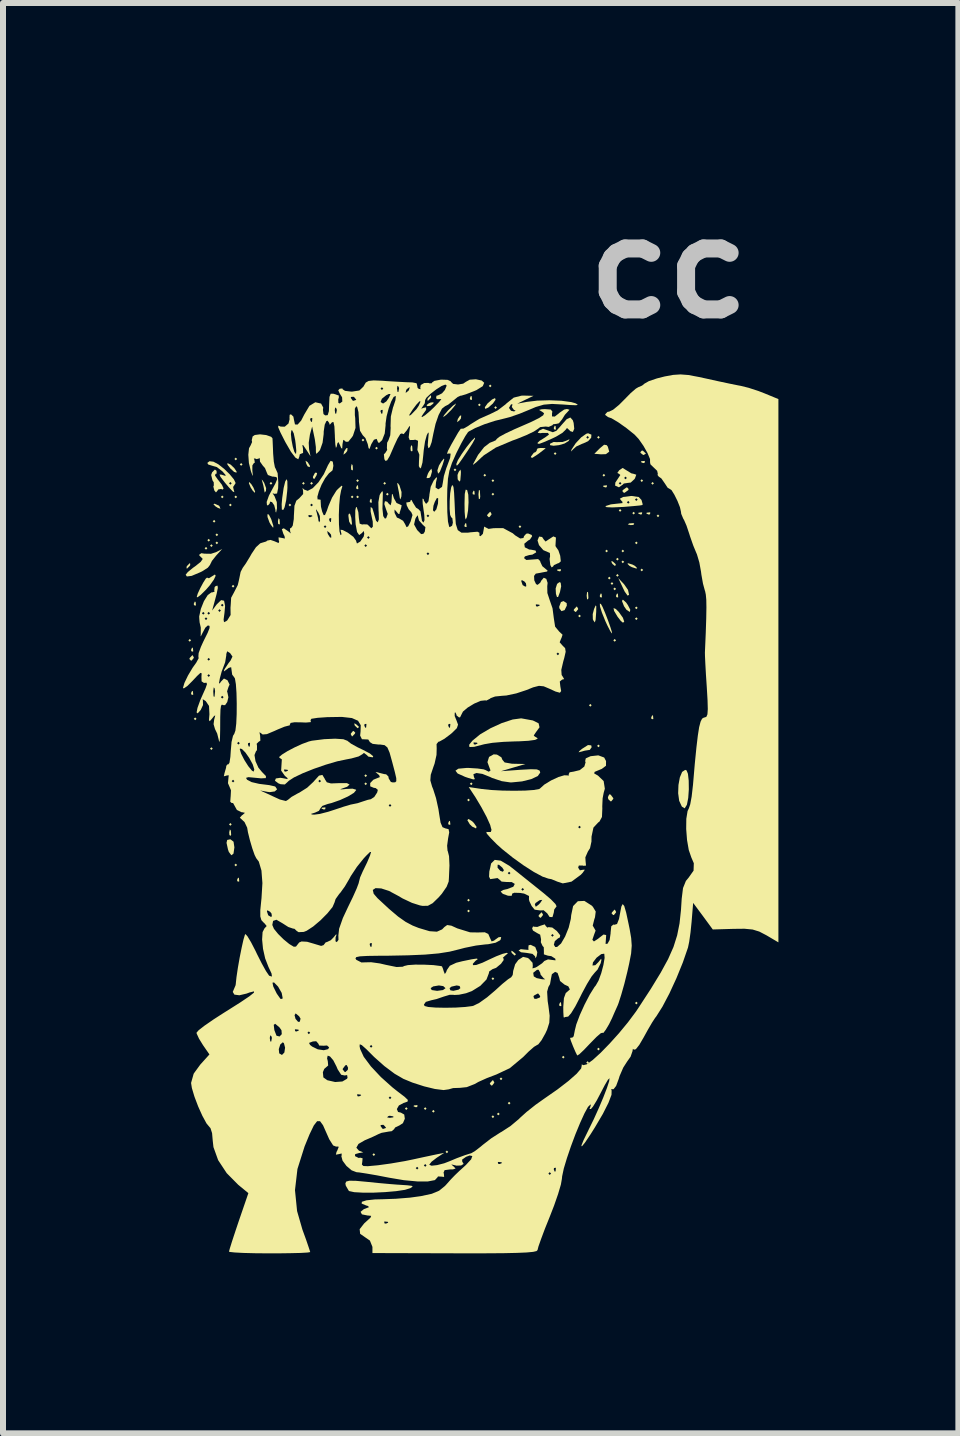
<source format=kicad_pcb>
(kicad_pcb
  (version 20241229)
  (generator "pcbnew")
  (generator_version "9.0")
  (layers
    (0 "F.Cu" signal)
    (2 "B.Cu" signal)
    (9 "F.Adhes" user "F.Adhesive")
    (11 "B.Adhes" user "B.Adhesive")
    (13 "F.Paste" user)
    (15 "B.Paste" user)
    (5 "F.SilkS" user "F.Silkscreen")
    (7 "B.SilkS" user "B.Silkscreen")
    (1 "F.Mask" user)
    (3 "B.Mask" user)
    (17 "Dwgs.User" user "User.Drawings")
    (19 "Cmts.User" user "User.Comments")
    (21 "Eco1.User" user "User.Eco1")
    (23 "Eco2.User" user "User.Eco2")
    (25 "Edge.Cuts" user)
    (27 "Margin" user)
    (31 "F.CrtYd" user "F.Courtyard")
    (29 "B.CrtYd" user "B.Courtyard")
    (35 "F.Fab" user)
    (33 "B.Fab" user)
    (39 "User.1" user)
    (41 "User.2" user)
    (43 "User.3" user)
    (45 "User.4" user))
  (footprint "cc"
    (layer "F.Cu")
    (at 4.286 10.308)
    (property "Reference" "cc" (at 3.81 -8.89 0) (layer "Dwgs.User") (effects (font (size 1.524 1.524) (thickness 0.3))))
    (attr through_hole)
    (fp_poly (pts (xy -4.151 -2.684) (xy -4.173 -2.662) (xy -4.196 -2.684) (xy -4.173 -2.707)) (stroke (width 0) (type solid)) (fill yes) (layer "F.SilkS"))
    (fp_poly (pts (xy -4.06 -1.376) (xy -4.083 -1.353) (xy -4.106 -1.376) (xy -4.083 -1.399)) (stroke (width 0) (type solid)) (fill yes) (layer "F.SilkS"))
    (fp_poly (pts (xy -3.88 -4.218) (xy -3.902 -4.196) (xy -3.925 -4.218) (xy -3.902 -4.241)) (stroke (width 0) (type solid)) (fill yes) (layer "F.SilkS"))
    (fp_poly (pts (xy -3.835 -4.354) (xy -3.857 -4.331) (xy -3.88 -4.354) (xy -3.857 -4.376)) (stroke (width 0) (type solid)) (fill yes) (layer "F.SilkS"))
    (fp_poly (pts (xy -3.79 -4.263) (xy -3.812 -4.241) (xy -3.835 -4.263) (xy -3.812 -4.286)) (stroke (width 0) (type solid)) (fill yes) (layer "F.SilkS"))
    (fp_poly (pts (xy -3.79 -0.88) (xy -3.812 -0.857) (xy -3.835 -0.88) (xy -3.812 -0.902)) (stroke (width 0) (type solid)) (fill yes) (layer "F.SilkS"))
    (fp_poly (pts (xy -3.745 -4.669) (xy -3.767 -4.647) (xy -3.79 -4.669) (xy -3.767 -4.692)) (stroke (width 0) (type solid)) (fill yes) (layer "F.SilkS"))
    (fp_poly (pts (xy -3.699 -4.444) (xy -3.722 -4.421) (xy -3.745 -4.444) (xy -3.722 -4.466)) (stroke (width 0) (type solid)) (fill yes) (layer "F.SilkS"))
    (fp_poly (pts (xy -3.699 -4.309) (xy -3.722 -4.286) (xy -3.745 -4.309) (xy -3.722 -4.331)) (stroke (width 0) (type solid)) (fill yes) (layer "F.SilkS"))
    (fp_poly (pts (xy -3.609 -5.075) (xy -3.632 -5.053) (xy -3.654 -5.075) (xy -3.632 -5.098)) (stroke (width 0) (type solid)) (fill yes) (layer "F.SilkS"))
    (fp_poly (pts (xy -3.474 -4.94) (xy -3.496 -4.918) (xy -3.519 -4.94) (xy -3.496 -4.963)) (stroke (width 0) (type solid)) (fill yes) (layer "F.SilkS"))
    (fp_poly (pts (xy -3.474 0.383) (xy -3.496 0.406) (xy -3.519 0.383) (xy -3.496 0.361)) (stroke (width 0) (type solid)) (fill yes) (layer "F.SilkS"))
    (fp_poly (pts (xy -3.429 -3.587) (xy -3.451 -3.564) (xy -3.474 -3.587) (xy -3.451 -3.609)) (stroke (width 0) (type solid)) (fill yes) (layer "F.SilkS"))
    (fp_poly (pts (xy -3.384 -5.707) (xy -3.406 -5.685) (xy -3.429 -5.707) (xy -3.406 -5.73)) (stroke (width 0) (type solid)) (fill yes) (layer "F.SilkS"))
    (fp_poly (pts (xy -3.384 -5.075) (xy -3.406 -5.053) (xy -3.429 -5.075) (xy -3.406 -5.098)) (stroke (width 0) (type solid)) (fill yes) (layer "F.SilkS"))
    (fp_poly (pts (xy -3.384 1.06) (xy -3.406 1.083) (xy -3.429 1.06) (xy -3.406 1.038)) (stroke (width 0) (type solid)) (fill yes) (layer "F.SilkS"))
    (fp_poly (pts (xy -3.293 -5.617) (xy -3.316 -5.594) (xy -3.339 -5.617) (xy -3.316 -5.639)) (stroke (width 0) (type solid)) (fill yes) (layer "F.SilkS"))
    (fp_poly (pts (xy -2.797 -5.301) (xy -2.82 -5.279) (xy -2.842 -5.301) (xy -2.82 -5.324)) (stroke (width 0) (type solid)) (fill yes) (layer "F.SilkS"))
    (fp_poly (pts (xy -2.481 -4.94) (xy -2.504 -4.918) (xy -2.526 -4.94) (xy -2.504 -4.963)) (stroke (width 0) (type solid)) (fill yes) (layer "F.SilkS"))
    (fp_poly (pts (xy -2.256 -5.301) (xy -2.278 -5.279) (xy -2.301 -5.301) (xy -2.278 -5.324)) (stroke (width 0) (type solid)) (fill yes) (layer "F.SilkS"))
    (fp_poly (pts (xy -2.12 -5.301) (xy -2.143 -5.279) (xy -2.166 -5.301) (xy -2.143 -5.324)) (stroke (width 0) (type solid)) (fill yes) (layer "F.SilkS"))
    (fp_poly (pts (xy -1.444 -5.075) (xy -1.466 -5.053) (xy -1.489 -5.075) (xy -1.466 -5.098)) (stroke (width 0) (type solid)) (fill yes) (layer "F.SilkS"))
    (fp_poly (pts (xy -1.353 -5.346) (xy -1.376 -5.324) (xy -1.399 -5.346) (xy -1.376 -5.369)) (stroke (width 0) (type solid)) (fill yes) (layer "F.SilkS"))
    (fp_poly (pts (xy -1.353 -5.075) (xy -1.376 -5.053) (xy -1.399 -5.075) (xy -1.376 -5.098)) (stroke (width 0) (type solid)) (fill yes) (layer "F.SilkS"))
    (fp_poly (pts (xy -1.263 -6.023) (xy -1.286 -6) (xy -1.308 -6.023) (xy -1.286 -6.045)) (stroke (width 0) (type solid)) (fill yes) (layer "F.SilkS"))
    (fp_poly (pts (xy -1.218 -0.429) (xy -1.241 -0.406) (xy -1.263 -0.429) (xy -1.241 -0.451)) (stroke (width 0) (type solid)) (fill yes) (layer "F.SilkS"))
    (fp_poly (pts (xy -1.218 -0.293) (xy -1.241 -0.271) (xy -1.263 -0.293) (xy -1.241 -0.316)) (stroke (width 0) (type solid)) (fill yes) (layer "F.SilkS"))
    (fp_poly (pts (xy -1.083 5.888) (xy -1.105 5.91) (xy -1.128 5.888) (xy -1.105 5.865)) (stroke (width 0) (type solid)) (fill yes) (layer "F.SilkS"))
    (fp_poly (pts (xy -1.038 -5.888) (xy -1.06 -5.865) (xy -1.083 -5.888) (xy -1.06 -5.91)) (stroke (width 0) (type solid)) (fill yes) (layer "F.SilkS"))
    (fp_poly (pts (xy -0.902 -5.301) (xy -0.925 -5.279) (xy -0.947 -5.301) (xy -0.925 -5.324)) (stroke (width 0) (type solid)) (fill yes) (layer "F.SilkS"))
    (fp_poly (pts (xy -0.857 -5.121) (xy -0.88 -5.098) (xy -0.902 -5.121) (xy -0.88 -5.143)) (stroke (width 0) (type solid)) (fill yes) (layer "F.SilkS"))
    (fp_poly (pts (xy -0.541 5.121) (xy -0.564 5.143) (xy -0.587 5.121) (xy -0.564 5.098)) (stroke (width 0) (type solid)) (fill yes) (layer "F.SilkS"))
    (fp_poly (pts (xy -0.226 5.121) (xy -0.248 5.143) (xy -0.271 5.121) (xy -0.248 5.098)) (stroke (width 0) (type solid)) (fill yes) (layer "F.SilkS"))
    (fp_poly (pts (xy -0.09 5.166) (xy -0.113 5.188) (xy -0.135 5.166) (xy -0.113 5.143)) (stroke (width 0) (type solid)) (fill yes) (layer "F.SilkS"))
    (fp_poly (pts (xy 0.135 5.842) (xy 0.113 5.865) (xy 0.09 5.842) (xy 0.113 5.82)) (stroke (width 0) (type solid)) (fill yes) (layer "F.SilkS"))
    (fp_poly (pts (xy 0.271 -5.527) (xy 0.248 -5.504) (xy 0.226 -5.527) (xy 0.248 -5.549)) (stroke (width 0) (type solid)) (fill yes) (layer "F.SilkS"))
    (fp_poly (pts (xy 0.496 -0.023) (xy 0.474 0) (xy 0.451 -0.023) (xy 0.474 -0.045)) (stroke (width 0) (type solid)) (fill yes) (layer "F.SilkS"))
    (fp_poly (pts (xy 0.496 1.647) (xy 0.474 1.669) (xy 0.451 1.647) (xy 0.474 1.624)) (stroke (width 0) (type solid)) (fill yes) (layer "F.SilkS"))
    (fp_poly (pts (xy 0.496 1.827) (xy 0.474 1.85) (xy 0.451 1.827) (xy 0.474 1.805)) (stroke (width 0) (type solid)) (fill yes) (layer "F.SilkS"))
    (fp_poly (pts (xy 0.541 -0.293) (xy 0.519 -0.271) (xy 0.496 -0.293) (xy 0.519 -0.316)) (stroke (width 0) (type solid)) (fill yes) (layer "F.SilkS"))
    (fp_poly (pts (xy 0.677 -6.609) (xy 0.654 -6.587) (xy 0.632 -6.609) (xy 0.654 -6.632)) (stroke (width 0) (type solid)) (fill yes) (layer "F.SilkS"))
    (fp_poly (pts (xy 0.767 -5.436) (xy 0.744 -5.414) (xy 0.722 -5.436) (xy 0.744 -5.459)) (stroke (width 0) (type solid)) (fill yes) (layer "F.SilkS"))
    (fp_poly (pts (xy 0.857 -6.925) (xy 0.835 -6.903) (xy 0.812 -6.925) (xy 0.835 -6.948)) (stroke (width 0) (type solid)) (fill yes) (layer "F.SilkS"))
    (fp_poly (pts (xy 0.902 -5.346) (xy 0.88 -5.324) (xy 0.857 -5.346) (xy 0.88 -5.369)) (stroke (width 0) (type solid)) (fill yes) (layer "F.SilkS"))
    (fp_poly (pts (xy 0.902 -5.121) (xy 0.88 -5.098) (xy 0.857 -5.121) (xy 0.88 -5.143)) (stroke (width 0) (type solid)) (fill yes) (layer "F.SilkS"))
    (fp_poly (pts (xy 0.902 2.955) (xy 0.88 2.978) (xy 0.857 2.955) (xy 0.88 2.933)) (stroke (width 0) (type solid)) (fill yes) (layer "F.SilkS"))
    (fp_poly (pts (xy 0.902 5.256) (xy 0.88 5.279) (xy 0.857 5.256) (xy 0.88 5.233)) (stroke (width 0) (type solid)) (fill yes) (layer "F.SilkS"))
    (fp_poly (pts (xy 0.947 -6.564) (xy 0.925 -6.542) (xy 0.902 -6.564) (xy 0.925 -6.587)) (stroke (width 0) (type solid)) (fill yes) (layer "F.SilkS"))
    (fp_poly (pts (xy 0.993 5.211) (xy 0.97 5.233) (xy 0.947 5.211) (xy 0.97 5.188)) (stroke (width 0) (type solid)) (fill yes) (layer "F.SilkS"))
    (fp_poly (pts (xy 1.038 4.624) (xy 1.015 4.647) (xy 0.993 4.624) (xy 1.015 4.602)) (stroke (width 0) (type solid)) (fill yes) (layer "F.SilkS"))
    (fp_poly (pts (xy 1.173 5.03) (xy 1.15 5.053) (xy 1.128 5.03) (xy 1.15 5.008)) (stroke (width 0) (type solid)) (fill yes) (layer "F.SilkS"))
    (fp_poly (pts (xy 1.353 -4.579) (xy 1.331 -4.557) (xy 1.308 -4.579) (xy 1.331 -4.602)) (stroke (width 0) (type solid)) (fill yes) (layer "F.SilkS"))
    (fp_poly (pts (xy 1.94 -5.797) (xy 1.917 -5.775) (xy 1.895 -5.797) (xy 1.917 -5.82)) (stroke (width 0) (type solid)) (fill yes) (layer "F.SilkS"))
    (fp_poly (pts (xy 2.075 4.263) (xy 2.053 4.286) (xy 2.03 4.263) (xy 2.053 4.241)) (stroke (width 0) (type solid)) (fill yes) (layer "F.SilkS"))
    (fp_poly (pts (xy 2.346 -3.09) (xy 2.323 -3.068) (xy 2.301 -3.09) (xy 2.323 -3.113)) (stroke (width 0) (type solid)) (fill yes) (layer "F.SilkS"))
    (fp_poly (pts (xy 2.481 4.354) (xy 2.459 4.376) (xy 2.436 4.354) (xy 2.459 4.331)) (stroke (width 0) (type solid)) (fill yes) (layer "F.SilkS"))
    (fp_poly (pts (xy 2.526 -1.602) (xy 2.504 -1.579) (xy 2.481 -1.602) (xy 2.504 -1.624)) (stroke (width 0) (type solid)) (fill yes) (layer "F.SilkS"))
    (fp_poly (pts (xy 2.662 -6.068) (xy 2.639 -6.045) (xy 2.617 -6.068) (xy 2.639 -6.091)) (stroke (width 0) (type solid)) (fill yes) (layer "F.SilkS"))
    (fp_poly (pts (xy 2.662 -0.925) (xy 2.639 -0.902) (xy 2.617 -0.925) (xy 2.639 -0.947)) (stroke (width 0) (type solid)) (fill yes) (layer "F.SilkS"))
    (fp_poly (pts (xy 2.662 4.128) (xy 2.639 4.151) (xy 2.617 4.128) (xy 2.639 4.106)) (stroke (width 0) (type solid)) (fill yes) (layer "F.SilkS"))
    (fp_poly (pts (xy 2.752 -5.436) (xy 2.729 -5.414) (xy 2.707 -5.436) (xy 2.729 -5.459)) (stroke (width 0) (type solid)) (fill yes) (layer "F.SilkS"))
    (fp_poly (pts (xy 2.797 -4.173) (xy 2.775 -4.151) (xy 2.752 -4.173) (xy 2.775 -4.196)) (stroke (width 0) (type solid)) (fill yes) (layer "F.SilkS"))
    (fp_poly (pts (xy 2.842 -3.722) (xy 2.82 -3.699) (xy 2.797 -3.722) (xy 2.82 -3.745)) (stroke (width 0) (type solid)) (fill yes) (layer "F.SilkS"))
    (fp_poly (pts (xy 2.887 -3.632) (xy 2.865 -3.609) (xy 2.842 -3.632) (xy 2.865 -3.654)) (stroke (width 0) (type solid)) (fill yes) (layer "F.SilkS"))
    (fp_poly (pts (xy 2.933 -3.542) (xy 2.91 -3.519) (xy 2.887 -3.542) (xy 2.91 -3.564)) (stroke (width 0) (type solid)) (fill yes) (layer "F.SilkS"))
    (fp_poly (pts (xy 2.933 -2.684) (xy 2.91 -2.662) (xy 2.887 -2.684) (xy 2.91 -2.707)) (stroke (width 0) (type solid)) (fill yes) (layer "F.SilkS"))
    (fp_poly (pts (xy 2.978 -4.038) (xy 2.955 -4.015) (xy 2.933 -4.038) (xy 2.955 -4.06)) (stroke (width 0) (type solid)) (fill yes) (layer "F.SilkS"))
    (fp_poly (pts (xy 2.978 -3.767) (xy 2.955 -3.745) (xy 2.933 -3.767) (xy 2.955 -3.79)) (stroke (width 0) (type solid)) (fill yes) (layer "F.SilkS"))
    (fp_poly (pts (xy 3.023 -4.85) (xy 3 -4.827) (xy 2.978 -4.85) (xy 3 -4.872)) (stroke (width 0) (type solid)) (fill yes) (layer "F.SilkS"))
    (fp_poly (pts (xy 3.068 -4.173) (xy 3.045 -4.151) (xy 3.023 -4.173) (xy 3.045 -4.196)) (stroke (width 0) (type solid)) (fill yes) (layer "F.SilkS"))
    (fp_poly (pts (xy 3.068 -3.993) (xy 3.045 -3.97) (xy 3.023 -3.993) (xy 3.045 -4.015)) (stroke (width 0) (type solid)) (fill yes) (layer "F.SilkS"))
    (fp_poly (pts (xy 3.248 -4.805) (xy 3.226 -4.782) (xy 3.203 -4.805) (xy 3.226 -4.827)) (stroke (width 0) (type solid)) (fill yes) (layer "F.SilkS"))
    (fp_poly (pts (xy 3.293 -4.309) (xy 3.271 -4.286) (xy 3.248 -4.309) (xy 3.271 -4.331)) (stroke (width 0) (type solid)) (fill yes) (layer "F.SilkS"))
    (fp_poly (pts (xy 3.293 -3.226) (xy 3.271 -3.203) (xy 3.248 -3.226) (xy 3.271 -3.248)) (stroke (width 0) (type solid)) (fill yes) (layer "F.SilkS"))
    (fp_poly (pts (xy 3.293 -3.045) (xy 3.271 -3.023) (xy 3.248 -3.045) (xy 3.271 -3.068)) (stroke (width 0) (type solid)) (fill yes) (layer "F.SilkS"))
    (fp_poly (pts (xy 3.293 3.361) (xy 3.271 3.384) (xy 3.248 3.361) (xy 3.271 3.339)) (stroke (width 0) (type solid)) (fill yes) (layer "F.SilkS"))
    (fp_poly (pts (xy 3.384 -5.346) (xy 3.361 -5.324) (xy 3.339 -5.346) (xy 3.361 -5.369)) (stroke (width 0) (type solid)) (fill yes) (layer "F.SilkS"))
    (fp_poly (pts (xy 3.384 -3.857) (xy 3.361 -3.835) (xy 3.339 -3.857) (xy 3.361 -3.88)) (stroke (width 0) (type solid)) (fill yes) (layer "F.SilkS"))
    (fp_poly (pts (xy 3.564 -5.301) (xy 3.542 -5.279) (xy 3.519 -5.301) (xy 3.542 -5.324)) (stroke (width 0) (type solid)) (fill yes) (layer "F.SilkS"))
    (fp_poly (pts (xy 3.654 -4.76) (xy 3.632 -4.737) (xy 3.609 -4.76) (xy 3.632 -4.782)) (stroke (width 0) (type solid)) (fill yes) (layer "F.SilkS"))
    (fp_poly (pts (xy -4.121 -2.557) (xy -4.115 -2.503) (xy -4.121 -2.496) (xy -4.147 -2.503) (xy -4.151 -2.526) (xy -4.134 -2.564)) (stroke (width 0) (type solid)) (fill yes) (layer "F.SilkS"))
    (fp_poly (pts (xy -4.121 -1.835) (xy -4.115 -1.781) (xy -4.121 -1.775) (xy -4.147 -1.781) (xy -4.151 -1.805) (xy -4.134 -1.842)) (stroke (width 0) (type solid)) (fill yes) (layer "F.SilkS"))
    (fp_poly (pts (xy -4.075 -3.324) (xy -4.07 -3.27) (xy -4.075 -3.263) (xy -4.102 -3.27) (xy -4.106 -3.293) (xy -4.089 -3.331)) (stroke (width 0) (type solid)) (fill yes) (layer "F.SilkS"))
    (fp_poly (pts (xy -3.488 0.488) (xy -3.483 0.558) (xy -3.492 0.574) (xy -3.512 0.561) (xy -3.515 0.515) (xy -3.504 0.467)) (stroke (width 0) (type solid)) (fill yes) (layer "F.SilkS"))
    (fp_poly (pts (xy -3.354 1.278) (xy -3.348 1.332) (xy -3.354 1.338) (xy -3.38 1.332) (xy -3.384 1.308) (xy -3.367 1.271)) (stroke (width 0) (type solid)) (fill yes) (layer "F.SilkS"))
    (fp_poly (pts (xy -2.676 -4.7) (xy -2.671 -4.63) (xy -2.68 -4.614) (xy -2.7 -4.627) (xy -2.703 -4.673) (xy -2.692 -4.721)) (stroke (width 0) (type solid)) (fill yes) (layer "F.SilkS"))
    (fp_poly (pts (xy -1.91 0.105) (xy -1.916 0.132) (xy -1.94 0.135) (xy -1.977 0.119) (xy -1.97 0.105) (xy -1.917 0.1)) (stroke (width 0) (type solid)) (fill yes) (layer "F.SilkS"))
    (fp_poly (pts (xy -1.458 -5.603) (xy -1.453 -5.532) (xy -1.462 -5.516) (xy -1.482 -5.53) (xy -1.485 -5.576) (xy -1.474 -5.624)) (stroke (width 0) (type solid)) (fill yes) (layer "F.SilkS"))
    (fp_poly (pts (xy -1.369 -5.263) (xy -1.363 -5.21) (xy -1.369 -5.203) (xy -1.395 -5.21) (xy -1.399 -5.233) (xy -1.382 -5.271)) (stroke (width 0) (type solid)) (fill yes) (layer "F.SilkS"))
    (fp_poly (pts (xy -1.143 -5.038) (xy -1.138 -4.984) (xy -1.143 -4.978) (xy -1.17 -4.984) (xy -1.173 -5.008) (xy -1.156 -5.045)) (stroke (width 0) (type solid)) (fill yes) (layer "F.SilkS"))
    (fp_poly (pts (xy -0.465 -5.919) (xy -0.46 -5.848) (xy -0.469 -5.832) (xy -0.49 -5.846) (xy -0.493 -5.891) (xy -0.482 -5.939)) (stroke (width 0) (type solid)) (fill yes) (layer "F.SilkS"))
    (fp_poly (pts (xy -0.376 5.068) (xy -0.382 5.095) (xy -0.406 5.098) (xy -0.443 5.082) (xy -0.436 5.068) (xy -0.383 5.063)) (stroke (width 0) (type solid)) (fill yes) (layer "F.SilkS"))
    (fp_poly (pts (xy 0.165 0.331) (xy 0.171 0.384) (xy 0.165 0.391) (xy 0.139 0.385) (xy 0.135 0.361) (xy 0.152 0.324)) (stroke (width 0) (type solid)) (fill yes) (layer "F.SilkS"))
    (fp_poly (pts (xy 0.436 -4.632) (xy 0.442 -4.578) (xy 0.436 -4.572) (xy 0.409 -4.578) (xy 0.406 -4.602) (xy 0.423 -4.639)) (stroke (width 0) (type solid)) (fill yes) (layer "F.SilkS"))
    (fp_poly (pts (xy 0.526 -6.752) (xy 0.532 -6.699) (xy 0.526 -6.692) (xy 0.5 -6.698) (xy 0.496 -6.722) (xy 0.513 -6.759)) (stroke (width 0) (type solid)) (fill yes) (layer "F.SilkS"))
    (fp_poly (pts (xy 0.571 -5.173) (xy 0.577 -5.12) (xy 0.571 -5.113) (xy 0.545 -5.119) (xy 0.541 -5.143) (xy 0.558 -5.18)) (stroke (width 0) (type solid)) (fill yes) (layer "F.SilkS"))
    (fp_poly (pts (xy 1.925 -6.256) (xy 1.93 -6.202) (xy 1.925 -6.196) (xy 1.898 -6.202) (xy 1.895 -6.226) (xy 1.911 -6.263)) (stroke (width 0) (type solid)) (fill yes) (layer "F.SilkS"))
    (fp_poly (pts (xy 2.015 -3.865) (xy 2.009 -3.838) (xy 1.985 -3.835) (xy 1.948 -3.851) (xy 1.955 -3.865) (xy 2.009 -3.87)) (stroke (width 0) (type solid)) (fill yes) (layer "F.SilkS"))
    (fp_poly (pts (xy 2.015 3.354) (xy 2.021 3.407) (xy 2.015 3.414) (xy 1.988 3.408) (xy 1.985 3.384) (xy 2.002 3.347)) (stroke (width 0) (type solid)) (fill yes) (layer "F.SilkS"))
    (fp_poly (pts (xy 2.466 -3.485) (xy 2.472 -3.393) (xy 2.466 -3.372) (xy 2.45 -3.367) (xy 2.443 -3.429) (xy 2.45 -3.493)) (stroke (width 0) (type solid)) (fill yes) (layer "F.SilkS"))
    (fp_poly (pts (xy 2.692 -3.459) (xy 2.697 -3.405) (xy 2.692 -3.399) (xy 2.665 -3.405) (xy 2.662 -3.429) (xy 2.678 -3.466)) (stroke (width 0) (type solid)) (fill yes) (layer "F.SilkS"))
    (fp_poly (pts (xy 2.782 -5.263) (xy 2.776 -5.237) (xy 2.752 -5.233) (xy 2.715 -5.25) (xy 2.722 -5.263) (xy 2.776 -5.269)) (stroke (width 0) (type solid)) (fill yes) (layer "F.SilkS"))
    (fp_poly (pts (xy 2.963 -3.459) (xy 2.968 -3.405) (xy 2.963 -3.399) (xy 2.936 -3.405) (xy 2.933 -3.429) (xy 2.949 -3.466)) (stroke (width 0) (type solid)) (fill yes) (layer "F.SilkS"))
    (fp_poly (pts (xy 3.236 -4.629) (xy 3.223 -4.609) (xy 3.177 -4.605) (xy 3.129 -4.616) (xy 3.15 -4.633) (xy 3.22 -4.638)) (stroke (width 0) (type solid)) (fill yes) (layer "F.SilkS"))
    (fp_poly (pts (xy 3.369 -4.812) (xy 3.362 -4.785) (xy 3.339 -4.782) (xy 3.301 -4.799) (xy 3.308 -4.812) (xy 3.362 -4.818)) (stroke (width 0) (type solid)) (fill yes) (layer "F.SilkS"))
    (fp_poly (pts (xy 3.414 -5.67) (xy 3.408 -5.643) (xy 3.384 -5.639) (xy 3.347 -5.656) (xy 3.354 -5.67) (xy 3.407 -5.675)) (stroke (width 0) (type solid)) (fill yes) (layer "F.SilkS"))
    (fp_poly (pts (xy 3.504 -4.812) (xy 3.498 -4.785) (xy 3.474 -4.782) (xy 3.437 -4.799) (xy 3.444 -4.812) (xy 3.497 -4.818)) (stroke (width 0) (type solid)) (fill yes) (layer "F.SilkS"))
    (fp_poly (pts (xy 3.549 -1.429) (xy 3.554 -1.375) (xy 3.549 -1.369) (xy 3.522 -1.375) (xy 3.519 -1.399) (xy 3.536 -1.436)) (stroke (width 0) (type solid)) (fill yes) (layer "F.SilkS"))
    (fp_poly (pts (xy -3.687 -4.93) (xy -3.677 -4.918) (xy -3.661 -4.877) (xy -3.704 -4.892) (xy -3.745 -4.918) (xy -3.779 -4.954) (xy -3.759 -4.962)) (stroke (width 0) (type solid)) (fill yes) (layer "F.SilkS"))
    (fp_poly (pts (xy -2.211 -5.657) (xy -2.205 -5.651) (xy -2.169 -5.592) (xy -2.174 -5.571) (xy -2.208 -5.584) (xy -2.23 -5.626) (xy -2.244 -5.679)) (stroke (width 0) (type solid)) (fill yes) (layer "F.SilkS"))
    (fp_poly (pts (xy -2.05 -5.474) (xy -2.058 -5.439) (xy -2.095 -5.375) (xy -2.118 -5.386) (xy -2.12 -5.411) (xy -2.088 -5.472) (xy -2.076 -5.481)) (stroke (width 0) (type solid)) (fill yes) (layer "F.SilkS"))
    (fp_poly (pts (xy -1.548 -5.841) (xy -1.573 -5.808) (xy -1.611 -5.779) (xy -1.602 -5.825) (xy -1.599 -5.833) (xy -1.563 -5.888) (xy -1.543 -5.889)) (stroke (width 0) (type solid)) (fill yes) (layer "F.SilkS"))
    (fp_poly (pts (xy -1.406 -1.29) (xy -1.357 -1.248) (xy -1.353 -1.238) (xy -1.375 -1.219) (xy -1.419 -1.261) (xy -1.425 -1.27) (xy -1.431 -1.301)) (stroke (width 0) (type solid)) (fill yes) (layer "F.SilkS"))
    (fp_poly (pts (xy -0.113 -6.631) (xy -0.161 -6.594) (xy -0.213 -6.588) (xy -0.226 -6.605) (xy -0.19 -6.634) (xy -0.156 -6.649) (xy -0.109 -6.652)) (stroke (width 0) (type solid)) (fill yes) (layer "F.SilkS"))
    (fp_poly (pts (xy 0.347 -6.382) (xy 0.321 -6.349) (xy 0.283 -6.321) (xy 0.293 -6.366) (xy 0.296 -6.375) (xy 0.332 -6.43) (xy 0.352 -6.43)) (stroke (width 0) (type solid)) (fill yes) (layer "F.SilkS"))
    (fp_poly (pts (xy 1.211 2.5) (xy 1.259 2.542) (xy 1.263 2.552) (xy 1.242 2.57) (xy 1.197 2.529) (xy 1.191 2.519) (xy 1.186 2.489)) (stroke (width 0) (type solid)) (fill yes) (layer "F.SilkS"))
    (fp_poly (pts (xy 2.88 -3.997) (xy 2.929 -3.952) (xy 2.919 -3.925) (xy 2.913 -3.925) (xy 2.874 -3.957) (xy 2.861 -3.977) (xy 2.855 -4.008)) (stroke (width 0) (type solid)) (fill yes) (layer "F.SilkS"))
    (fp_poly (pts (xy 3.067 -3.619) (xy 3.132 -3.525) (xy 3.15 -3.444) (xy 3.126 -3.429) (xy 3.078 -3.495) (xy 3.053 -3.546) (xy 2.97 -3.722)) (stroke (width 0) (type solid)) (fill yes) (layer "F.SilkS"))
    (fp_poly (pts (xy -4.165 -3.941) (xy -4.173 -3.925) (xy -4.216 -3.882) (xy -4.224 -3.88) (xy -4.227 -3.909) (xy -4.218 -3.925) (xy -4.176 -3.968) (xy -4.168 -3.97)) (stroke (width 0) (type solid)) (fill yes) (layer "F.SilkS"))
    (fp_poly (pts (xy -4.106 -2.401) (xy -4.106 -2.391) (xy -4.14 -2.348) (xy -4.153 -2.346) (xy -4.18 -2.374) (xy -4.173 -2.391) (xy -4.133 -2.434) (xy -4.125 -2.436)) (stroke (width 0) (type solid)) (fill yes) (layer "F.SilkS"))
    (fp_poly (pts (xy -3.491 -5.613) (xy -3.43 -5.554) (xy -3.392 -5.497) (xy -3.394 -5.479) (xy -3.435 -5.493) (xy -3.496 -5.549) (xy -3.545 -5.614) (xy -3.545 -5.639)) (stroke (width 0) (type solid)) (fill yes) (layer "F.SilkS"))
    (fp_poly (pts (xy -3.148 -5.289) (xy -3.113 -5.233) (xy -3.084 -5.164) (xy -3.087 -5.143) (xy -3.123 -5.178) (xy -3.158 -5.233) (xy -3.187 -5.303) (xy -3.184 -5.324)) (stroke (width 0) (type solid)) (fill yes) (layer "F.SilkS"))
    (fp_poly (pts (xy -1.414 -1.145) (xy -1.421 -1.128) (xy -1.462 -1.085) (xy -1.469 -1.083) (xy -1.488 -1.118) (xy -1.489 -1.128) (xy -1.454 -1.171) (xy -1.441 -1.173)) (stroke (width 0) (type solid)) (fill yes) (layer "F.SilkS"))
    (fp_poly (pts (xy -0.15 -6.738) (xy -0.158 -6.722) (xy -0.2 -6.679) (xy -0.208 -6.677) (xy -0.211 -6.706) (xy -0.203 -6.722) (xy -0.161 -6.765) (xy -0.153 -6.767)) (stroke (width 0) (type solid)) (fill yes) (layer "F.SilkS"))
    (fp_poly (pts (xy 0.347 -5.494) (xy 0.345 -5.446) (xy 0.337 -5.35) (xy 0.322 -5.33) (xy 0.293 -5.368) (xy 0.29 -5.441) (xy 0.309 -5.491) (xy 0.339 -5.531)) (stroke (width 0) (type solid)) (fill yes) (layer "F.SilkS"))
    (fp_poly (pts (xy 0.533 0.33) (xy 0.564 0.361) (xy 0.608 0.425) (xy 0.599 0.451) (xy 0.534 0.42) (xy 0.495 0.382) (xy 0.454 0.313) (xy 0.473 0.293)) (stroke (width 0) (type solid)) (fill yes) (layer "F.SilkS"))
    (fp_poly (pts (xy 0.661 -5.184) (xy 0.663 -5.176) (xy 0.669 -5.078) (xy 0.661 -5.041) (xy 0.646 -5.039) (xy 0.64 -5.11) (xy 0.64 -5.121) (xy 0.647 -5.191)) (stroke (width 0) (type solid)) (fill yes) (layer "F.SilkS"))
    (fp_poly (pts (xy 0.857 -4.792) (xy 0.857 -4.782) (xy 0.823 -4.739) (xy 0.809 -4.737) (xy 0.782 -4.765) (xy 0.79 -4.782) (xy 0.83 -4.825) (xy 0.837 -4.827)) (stroke (width 0) (type solid)) (fill yes) (layer "F.SilkS"))
    (fp_poly (pts (xy 0.902 4.682) (xy 0.902 4.692) (xy 0.868 4.735) (xy 0.855 4.737) (xy 0.828 4.709) (xy 0.835 4.692) (xy 0.875 4.649) (xy 0.882 4.647)) (stroke (width 0) (type solid)) (fill yes) (layer "F.SilkS"))
    (fp_poly (pts (xy 0.924 -6.695) (xy 0.88 -6.632) (xy 0.804 -6.565) (xy 0.753 -6.542) (xy 0.745 -6.569) (xy 0.79 -6.632) (xy 0.866 -6.699) (xy 0.916 -6.722)) (stroke (width 0) (type solid)) (fill yes) (layer "F.SilkS"))
    (fp_poly (pts (xy 1.714 1.885) (xy 1.714 1.895) (xy 1.68 1.938) (xy 1.667 1.94) (xy 1.64 1.912) (xy 1.647 1.895) (xy 1.687 1.852) (xy 1.694 1.85)) (stroke (width 0) (type solid)) (fill yes) (layer "F.SilkS"))
    (fp_poly (pts (xy 2.11 -3.305) (xy 2.112 -3.263) (xy 2.075 -3.188) (xy 2.023 -3.171) (xy 1.988 -3.218) (xy 1.985 -3.245) (xy 2.014 -3.322) (xy 2.056 -3.339)) (stroke (width 0) (type solid)) (fill yes) (layer "F.SilkS"))
    (fp_poly (pts (xy 2.3 -3.213) (xy 2.301 -3.203) (xy 2.266 -3.16) (xy 2.253 -3.158) (xy 2.226 -3.186) (xy 2.233 -3.203) (xy 2.274 -3.246) (xy 2.281 -3.248)) (stroke (width 0) (type solid)) (fill yes) (layer "F.SilkS"))
    (fp_poly (pts (xy 2.777 -5.938) (xy 2.796 -5.912) (xy 2.819 -5.829) (xy 2.764 -5.788) (xy 2.682 -5.785) (xy 2.571 -5.794) (xy 2.663 -5.886) (xy 2.734 -5.945)) (stroke (width 0) (type solid)) (fill yes) (layer "F.SilkS"))
    (fp_poly (pts (xy 2.842 -0.113) (xy 2.886 -0.055) (xy 2.887 -0.042) (xy 2.853 -0.001) (xy 2.842 0) (xy 2.803 -0.037) (xy 2.797 -0.07) (xy 2.819 -0.117)) (stroke (width 0) (type solid)) (fill yes) (layer "F.SilkS"))
    (fp_poly (pts (xy 2.932 1.84) (xy 2.933 1.85) (xy 2.898 1.893) (xy 2.885 1.895) (xy 2.858 1.867) (xy 2.865 1.85) (xy 2.905 1.807) (xy 2.913 1.805)) (stroke (width 0) (type solid)) (fill yes) (layer "F.SilkS"))
    (fp_poly (pts (xy 3.143 -5.206) (xy 3.136 -5.188) (xy 3.076 -5.145) (xy 3.063 -5.143) (xy 3.038 -5.171) (xy 3.045 -5.188) (xy 3.105 -5.232) (xy 3.118 -5.233)) (stroke (width 0) (type solid)) (fill yes) (layer "F.SilkS"))
    (fp_poly (pts (xy 3.21 -3.946) (xy 3.248 -3.925) (xy 3.284 -3.889) (xy 3.271 -3.881) (xy 3.197 -3.904) (xy 3.158 -3.925) (xy 3.122 -3.961) (xy 3.136 -3.969)) (stroke (width 0) (type solid)) (fill yes) (layer "F.SilkS"))
    (fp_poly (pts (xy 3.384 -5.842) (xy 3.427 -5.802) (xy 3.429 -5.795) (xy 3.394 -5.775) (xy 3.384 -5.775) (xy 3.34 -5.809) (xy 3.339 -5.823) (xy 3.366 -5.85)) (stroke (width 0) (type solid)) (fill yes) (layer "F.SilkS"))
    (fp_poly (pts (xy -2.955 -5.345) (xy -2.933 -5.311) (xy -2.9 -5.221) (xy -2.903 -5.175) (xy -2.924 -5.147) (xy -2.929 -5.173) (xy -2.945 -5.26) (xy -2.958 -5.309) (xy -2.974 -5.366)) (stroke (width 0) (type solid)) (fill yes) (layer "F.SilkS"))
    (fp_poly (pts (xy -2.855 -4.781) (xy -2.818 -4.71) (xy -2.812 -4.694) (xy -2.779 -4.59) (xy -2.783 -4.56) (xy -2.821 -4.61) (xy -2.844 -4.649) (xy -2.877 -4.74) (xy -2.878 -4.787)) (stroke (width 0) (type solid)) (fill yes) (layer "F.SilkS"))
    (fp_poly (pts (xy -1.481 -4.729) (xy -1.48 -4.726) (xy -1.469 -4.629) (xy -1.482 -4.604) (xy -1.514 -4.66) (xy -1.517 -4.668) (xy -1.529 -4.763) (xy -1.523 -4.792) (xy -1.503 -4.797)) (stroke (width 0) (type solid)) (fill yes) (layer "F.SilkS"))
    (fp_poly (pts (xy -0.7 -5.3) (xy -0.677 -5.266) (xy -0.643 -5.157) (xy -0.645 -5.085) (xy -0.662 -5.033) (xy -0.671 -5.053) (xy -0.686 -5.149) (xy -0.703 -5.233) (xy -0.716 -5.307)) (stroke (width 0) (type solid)) (fill yes) (layer "F.SilkS"))
    (fp_poly (pts (xy -0.136 -5.506) (xy -0.136 -5.495) (xy -0.159 -5.414) (xy -0.18 -5.391) (xy -0.222 -5.388) (xy -0.225 -5.4) (xy -0.202 -5.466) (xy -0.18 -5.504) (xy -0.145 -5.546)) (stroke (width 0) (type solid)) (fill yes) (layer "F.SilkS"))
    (fp_poly (pts (xy 2.01 -3.645) (xy 2.018 -3.585) (xy 1.998 -3.489) (xy 1.967 -3.407) (xy 1.948 -3.406) (xy 1.931 -3.459) (xy 1.926 -3.549) (xy 1.95 -3.625) (xy 1.989 -3.655)) (stroke (width 0) (type solid)) (fill yes) (layer "F.SilkS"))
    (fp_poly (pts (xy 2.928 -3.208) (xy 2.978 -3.158) (xy 3.047 -3.061) (xy 3.069 -2.995) (xy 3.048 -2.978) (xy 3.01 -3.01) (xy 2.958 -3.078) (xy 2.9 -3.175) (xy 2.891 -3.222)) (stroke (width 0) (type solid)) (fill yes) (layer "F.SilkS"))
    (fp_poly (pts (xy 3.101 -3.314) (xy 3.13 -3.272) (xy 3.17 -3.194) (xy 3.163 -3.158) (xy 3.161 -3.158) (xy 3.107 -3.193) (xy 3.066 -3.252) (xy 3.031 -3.341) (xy 3.047 -3.363)) (stroke (width 0) (type solid)) (fill yes) (layer "F.SilkS"))
    (fp_poly (pts (xy -3.443 0.672) (xy -3.429 0.767) (xy -3.444 0.871) (xy -3.48 0.898) (xy -3.522 0.842) (xy -3.536 0.801) (xy -3.56 0.691) (xy -3.549 0.643) (xy -3.498 0.632) (xy -3.496 0.632)) (stroke (width 0) (type solid)) (fill yes) (layer "F.SilkS"))
    (fp_poly (pts (xy 0.069 -5.699) (xy 0.041 -5.608) (xy 0.04 -5.606) (xy -0.004 -5.494) (xy -0.034 -5.462) (xy -0.045 -5.513) (xy -0.045 -5.518) (xy -0.019 -5.598) (xy 0.022 -5.665) (xy 0.064 -5.715)) (stroke (width 0) (type solid)) (fill yes) (layer "F.SilkS"))
    (fp_poly (pts (xy 2.519 -0.934) (xy 2.526 -0.902) (xy 2.495 -0.858) (xy 2.485 -0.857) (xy 2.41 -0.845) (xy 2.361 -0.831) (xy 2.308 -0.818) (xy 2.324 -0.841) (xy 2.366 -0.876) (xy 2.465 -0.939)) (stroke (width 0) (type solid)) (fill yes) (layer "F.SilkS"))
    (fp_poly (pts (xy 2.603 -3.254) (xy 2.602 -3.161) (xy 2.601 -3.147) (xy 2.592 -3.023) (xy 2.578 -2.983) (xy 2.554 -3.018) (xy 2.546 -3.037) (xy 2.544 -3.122) (xy 2.566 -3.206) (xy 2.593 -3.267)) (stroke (width 0) (type solid)) (fill yes) (layer "F.SilkS"))
    (fp_poly (pts (xy -2.546 -5.339) (xy -2.545 -5.227) (xy -2.549 -5.17) (xy -2.566 -5.019) (xy -2.592 -4.903) (xy -2.614 -4.858) (xy -2.638 -4.864) (xy -2.641 -4.954) (xy -2.632 -5.056) (xy -2.608 -5.224) (xy -2.582 -5.331) (xy -2.56 -5.371)) (stroke (width 0) (type solid)) (fill yes) (layer "F.SilkS"))
    (fp_poly (pts (xy 0.252 -6.604) (xy 0.194 -6.534) (xy 0.18 -6.519) (xy 0.103 -6.443) (xy 0.055 -6.407) (xy 0.052 -6.406) (xy 0.064 -6.435) (xy 0.122 -6.504) (xy 0.135 -6.519) (xy 0.213 -6.595) (xy 0.261 -6.631) (xy 0.264 -6.632)) (stroke (width 0) (type solid)) (fill yes) (layer "F.SilkS"))
    (fp_poly (pts (xy 0.45 -5.19) (xy 0.451 -5.188) (xy 0.47 -5.111) (xy 0.474 -4.986) (xy 0.466 -4.85) (xy 0.447 -4.74) (xy 0.427 -4.698) (xy 0.417 -4.728) (xy 0.409 -4.826) (xy 0.407 -4.966) (xy 0.411 -5.124) (xy 0.426 -5.196)) (stroke (width 0) (type solid)) (fill yes) (layer "F.SilkS"))
    (fp_poly (pts (xy 2.144 -6.011) (xy 2.138 -6.004) (xy 2.074 -5.965) (xy 1.982 -5.938) (xy 1.892 -5.928) (xy 1.834 -5.937) (xy 1.831 -5.961) (xy 1.893 -5.991) (xy 1.939 -5.988) (xy 2.042 -5.991) (xy 2.103 -6.012) (xy 2.158 -6.037)) (stroke (width 0) (type solid)) (fill yes) (layer "F.SilkS"))
    (fp_poly (pts (xy 2.681 -3.29) (xy 2.709 -3.239) (xy 2.752 -3.138) (xy 2.799 -3.016) (xy 2.84 -2.9) (xy 2.865 -2.819) (xy 2.866 -2.797) (xy 2.838 -2.835) (xy 2.789 -2.93) (xy 2.754 -3.006) (xy 2.697 -3.147) (xy 2.665 -3.249) (xy 2.663 -3.297)) (stroke (width 0) (type solid)) (fill yes) (layer "F.SilkS"))
    (fp_poly (pts (xy 0.582 -6.046) (xy 0.541 -5.97) (xy 0.467 -5.855) (xy 0.369 -5.71) (xy 0.311 -5.628) (xy 0.281 -5.597) (xy 0.272 -5.605) (xy 0.271 -5.625) (xy 0.296 -5.687) (xy 0.36 -5.79) (xy 0.442 -5.906) (xy 0.522 -6.007) (xy 0.58 -6.064) (xy 0.581 -6.065)) (stroke (width 0) (type solid)) (fill yes) (layer "F.SilkS"))
    (fp_poly (pts (xy 1.744 -5.889) (xy 1.76 -5.886) (xy 1.727 -5.86) (xy 1.648 -5.799) (xy 1.625 -5.783) (xy 1.539 -5.727) (xy 1.513 -5.734) (xy 1.517 -5.752) (xy 1.563 -5.812) (xy 1.587 -5.82) (xy 1.612 -5.846) (xy 1.608 -5.855) (xy 1.626 -5.884) (xy 1.673 -5.891)) (stroke (width 0) (type solid)) (fill yes) (layer "F.SilkS"))
    (fp_poly (pts (xy -3.741 -3.761) (xy -3.771 -3.697) (xy -3.837 -3.604) (xy -3.901 -3.53) (xy -3.989 -3.443) (xy -4.045 -3.402) (xy -4.057 -3.406) (xy -4.04 -3.464) (xy -3.999 -3.552) (xy -3.95 -3.644) (xy -3.906 -3.713) (xy -3.883 -3.732) (xy -3.882 -3.728) (xy -3.853 -3.719) (xy -3.812 -3.745) (xy -3.753 -3.782)) (stroke (width 0) (type solid)) (fill yes) (layer "F.SilkS"))
    (fp_poly (pts (xy 1.586 2.428) (xy 1.62 2.515) (xy 1.609 2.581) (xy 1.589 2.615) (xy 1.583 2.583) (xy 1.54 2.542) (xy 1.444 2.526) (xy 1.349 2.515) (xy 1.308 2.486) (xy 1.308 2.486) (xy 1.345 2.463) (xy 1.406 2.47) (xy 1.473 2.476) (xy 1.471 2.443) (xy 1.475 2.399) (xy 1.51 2.391)) (stroke (width 0) (type solid)) (fill yes) (layer "F.SilkS"))
    (fp_poly (pts (xy 4.108 -0.517) (xy 4.131 -0.46) (xy 4.144 -0.344) (xy 4.146 -0.199) (xy 4.136 -0.058) (xy 4.115 0.051) (xy 4.111 0.061) (xy 4.077 0.116) (xy 4.034 0.09) (xy 4.027 0.082) (xy 3.985 -0.01) (xy 3.968 -0.136) (xy 3.973 -0.273) (xy 3.996 -0.399) (xy 4.034 -0.491) (xy 4.085 -0.525)) (stroke (width 0) (type solid)) (fill yes) (layer "F.SilkS"))
    (fp_poly (pts (xy -3.726 -5.51) (xy -3.725 -5.464) (xy -3.744 -5.459) (xy -3.752 -5.432) (xy -3.706 -5.365) (xy -3.701 -5.36) (xy -3.637 -5.277) (xy -3.609 -5.216) (xy -3.626 -5.197) (xy -3.65 -5.208) (xy -3.699 -5.199) (xy -3.71 -5.18) (xy -3.736 -5.15) (xy -3.763 -5.182) (xy -3.78 -5.248) (xy -3.772 -5.266) (xy -3.773 -5.318) (xy -3.794 -5.351) (xy -3.816 -5.441) (xy -3.8 -5.485) (xy -3.754 -5.531)) (stroke (width 0) (type solid)) (fill yes) (layer "F.SilkS"))
    (fp_poly (pts (xy 2.522 -6.113) (xy 2.518 -6.061) (xy 2.467 -6.004) (xy 2.382 -5.965) (xy 2.371 -5.962) (xy 2.269 -5.915) (xy 2.221 -5.872) (xy 2.181 -5.831) (xy 2.191 -5.863) (xy 2.191 -5.865) (xy 2.261 -5.971) (xy 2.352 -6.068) (xy 2.352 -6.068) (xy 2.436 -6.068) (xy 2.459 -6.045) (xy 2.481 -6.068) (xy 2.459 -6.091) (xy 2.436 -6.068) (xy 2.352 -6.068) (xy 2.437 -6.128) (xy 2.467 -6.136)) (stroke (width 0) (type solid)) (fill yes) (layer "F.SilkS"))
    (fp_poly (pts (xy -3.733 -4.097) (xy -3.803 -4.009) (xy -3.835 -3.944) (xy -3.835 -3.942) (xy -3.872 -3.895) (xy -3.964 -3.836) (xy -3.994 -3.821) (xy -4.141 -3.759) (xy -4.221 -3.749) (xy -4.241 -3.778) (xy -4.206 -3.822) (xy -4.121 -3.892) (xy -4.077 -3.923) (xy -3.99 -3.993) (xy -3.957 -4.041) (xy -3.965 -4.051) (xy -4.013 -4.098) (xy -4.015 -4.112) (xy -3.98 -4.137) (xy -3.927 -4.129) (xy -3.819 -4.127) (xy -3.735 -4.154) (xy -3.632 -4.208)) (stroke (width 0) (type solid)) (fill yes) (layer "F.SilkS"))
    (fp_poly (pts (xy -1.402 6.325) (xy -1.229 6.341) (xy -1.032 6.361) (xy -0.844 6.378) (xy -0.705 6.389) (xy -0.699 6.389) (xy -0.549 6.399) (xy -0.473 6.408) (xy -0.457 6.42) (xy -0.484 6.44) (xy -0.496 6.447) (xy -0.586 6.475) (xy -0.733 6.497) (xy -0.916 6.513) (xy -1.109 6.522) (xy -1.289 6.522) (xy -1.432 6.514) (xy -1.515 6.496) (xy -1.523 6.49) (xy -1.572 6.406) (xy -1.579 6.369) (xy -1.565 6.337) (xy -1.512 6.323)) (stroke (width 0) (type solid)) (fill yes) (layer "F.SilkS"))
    (fp_poly (pts (xy 1.931 -4.398) (xy 1.927 -4.333) (xy 1.923 -4.256) (xy 1.938 -4.232) (xy 1.972 -4.183) (xy 2.002 -4.094) (xy 2.012 -4.001) (xy 1.975 -3.97) (xy 1.967 -3.97) (xy 1.897 -3.938) (xy 1.884 -3.916) (xy 1.859 -3.9) (xy 1.837 -3.939) (xy 1.825 -4.041) (xy 1.833 -4.083) (xy 1.83 -4.141) (xy 1.806 -4.151) (xy 1.72 -4.188) (xy 1.648 -4.272) (xy 1.624 -4.35) (xy 1.65 -4.414) (xy 1.7 -4.407) (xy 1.728 -4.365) (xy 1.758 -4.331) (xy 1.808 -4.365) (xy 1.888 -4.417)) (stroke (width 0) (type solid)) (fill yes) (layer "F.SilkS"))
    (fp_poly (pts (xy -3.778 -5.662) (xy -3.697 -5.619) (xy -3.6 -5.543) (xy -3.507 -5.452) (xy -3.437 -5.367) (xy -3.408 -5.306) (xy -3.418 -5.29) (xy -3.45 -5.241) (xy -3.444 -5.208) (xy -3.43 -5.155) (xy -3.453 -5.163) (xy -3.521 -5.235) (xy -3.577 -5.301) (xy -3.519 -5.301) (xy -3.496 -5.279) (xy -3.474 -5.301) (xy -3.496 -5.324) (xy -3.519 -5.301) (xy -3.577 -5.301) (xy -3.587 -5.313) (xy -3.661 -5.409) (xy -3.677 -5.449) (xy -3.638 -5.445) (xy -3.634 -5.443) (xy -3.575 -5.424) (xy -3.58 -5.445) (xy -3.63 -5.502) (xy -3.721 -5.572) (xy -3.797 -5.594) (xy -3.866 -5.616) (xy -3.88 -5.642) (xy -3.844 -5.67)) (stroke (width 0) (type solid)) (fill yes) (layer "F.SilkS"))
    (fp_poly (pts (xy 2.212 -6.353) (xy 2.226 -6.308) (xy 2.236 -6.211) (xy 2.213 -6.158) (xy 2.17 -6.171) (xy 2.156 -6.187) (xy 2.115 -6.224) (xy 2.091 -6.193) (xy 2.039 -6.143) (xy 1.932 -6.079) (xy 1.863 -6.046) (xy 1.729 -5.988) (xy 1.657 -5.961) (xy 1.629 -5.961) (xy 1.624 -5.976) (xy 1.659 -6.01) (xy 1.744 -6.063) (xy 1.748 -6.065) (xy 1.815 -6.114) (xy 1.798 -6.141) (xy 1.7 -6.141) (xy 1.669 -6.137) (xy 1.627 -6.143) (xy 1.653 -6.181) (xy 1.716 -6.211) (xy 1.806 -6.18) (xy 1.879 -6.153) (xy 1.938 -6.177) (xy 2.015 -6.263) (xy 2.017 -6.266) (xy 2.11 -6.371) (xy 2.171 -6.399)) (stroke (width 0) (type solid)) (fill yes) (layer "F.SilkS"))
    (fp_poly (pts (xy 3.103 -5.52) (xy 3.104 -5.52) (xy 3.188 -5.468) (xy 3.229 -5.459) (xy 3.27 -5.445) (xy 3.249 -5.387) (xy 3.241 -5.373) (xy 3.177 -5.314) (xy 3.132 -5.309) (xy 3.062 -5.298) (xy 3.047 -5.282) (xy 2.981 -5.235) (xy 2.917 -5.264) (xy 2.92 -5.301) (xy 2.978 -5.301) (xy 3 -5.279) (xy 3.023 -5.301) (xy 3 -5.324) (xy 2.978 -5.301) (xy 2.92 -5.301) (xy 2.921 -5.315) (xy 2.962 -5.376) (xy 2.972 -5.391) (xy 3.068 -5.391) (xy 3.09 -5.369) (xy 3.113 -5.391) (xy 3.09 -5.414) (xy 3.068 -5.391) (xy 2.972 -5.391) (xy 3.004 -5.441) (xy 2.983 -5.459) (xy 2.954 -5.475) (xy 2.986 -5.52) (xy 3.043 -5.558)) (stroke (width 0) (type solid)) (fill yes) (layer "F.SilkS"))
    (fp_poly (pts (xy 3.31 -5.074) (xy 3.357 -5.024) (xy 3.376 -4.956) (xy 3.373 -4.94) (xy 3.326 -4.932) (xy 3.211 -4.921) (xy 3.054 -4.908) (xy 3.029 -4.907) (xy 2.872 -4.9) (xy 2.776 -4.904) (xy 2.754 -4.919) (xy 2.759 -4.923) (xy 2.847 -4.951) (xy 2.955 -4.963) (xy 3.04 -4.972) (xy 3.039 -4.985) (xy 3.113 -4.985) (xy 3.136 -4.963) (xy 3.158 -4.985) (xy 3.136 -5.008) (xy 3.113 -4.985) (xy 3.039 -4.985) (xy 3.038 -4.997) (xy 3.029 -5.003) (xy 3.007 -5.03) (xy 3.248 -5.03) (xy 3.271 -5.008) (xy 3.293 -5.03) (xy 3.271 -5.053) (xy 3.248 -5.03) (xy 3.007 -5.03) (xy 2.996 -5.045) (xy 3.05 -5.074) (xy 3.187 -5.091)) (stroke (width 0) (type solid)) (fill yes) (layer "F.SilkS"))
    (fp_poly (pts (xy 1.364 -1.382) (xy 1.546 -1.349) (xy 1.642 -1.301) (xy 1.657 -1.235) (xy 1.598 -1.154) (xy 1.561 -1.099) (xy 1.576 -1.083) (xy 1.622 -1.054) (xy 1.624 -1.044) (xy 1.583 -1.025) (xy 1.472 -1.01) (xy 1.313 -1.001) (xy 1.252 -1) (xy 1.054 -0.992) (xy 0.871 -0.976) (xy 0.738 -0.953) (xy 0.722 -0.949) (xy 0.567 -0.909) (xy 0.489 -0.906) (xy 0.484 -0.943) (xy 0.511 -0.978) (xy 0.556 -0.978) (xy 0.563 -0.951) (xy 0.587 -0.947) (xy 0.624 -0.964) (xy 0.617 -0.978) (xy 0.563 -0.983) (xy 0.556 -0.978) (xy 0.511 -0.978) (xy 0.54 -1.013) (xy 0.667 -1.117) (xy 0.84 -1.219) (xy 1.03 -1.306) (xy 1.21 -1.365) (xy 1.35 -1.384)) (stroke (width 0) (type solid)) (fill yes) (layer "F.SilkS"))
    (fp_poly (pts (xy 0.947 -0.78) (xy 1.021 -0.735) (xy 1.038 -0.694) (xy 1.076 -0.649) (xy 1.196 -0.628) (xy 1.229 -0.627) (xy 1.421 -0.623) (xy 1.218 -0.563) (xy 1.015 -0.503) (xy 1.342 -0.527) (xy 1.514 -0.536) (xy 1.613 -0.533) (xy 1.659 -0.513) (xy 1.669 -0.48) (xy 1.628 -0.422) (xy 1.519 -0.371) (xy 1.366 -0.333) (xy 1.19 -0.316) (xy 1.171 -0.316) (xy 1.027 -0.337) (xy 0.868 -0.39) (xy 0.833 -0.407) (xy 0.705 -0.458) (xy 0.606 -0.473) (xy 0.555 -0.453) (xy 0.564 -0.406) (xy 0.58 -0.371) (xy 0.553 -0.366) (xy 0.466 -0.392) (xy 0.416 -0.409) (xy 0.292 -0.465) (xy 0.256 -0.512) (xy 0.304 -0.545) (xy 0.436 -0.557) (xy 0.483 -0.557) (xy 0.624 -0.548) (xy 0.725 -0.534) (xy 0.755 -0.523) (xy 0.812 -0.494) (xy 0.841 -0.516) (xy 0.826 -0.553) (xy 0.789 -0.654) (xy 0.816 -0.741) (xy 0.893 -0.784)) (stroke (width 0) (type solid)) (fill yes) (layer "F.SilkS"))
    (fp_poly (pts (xy 2.157 -6.528) (xy 2.138 -6.507) (xy 2.08 -6.444) (xy 2.035 -6.371) (xy 1.981 -6.303) (xy 1.941 -6.293) (xy 1.885 -6.286) (xy 1.872 -6.27) (xy 1.81 -6.242) (xy 1.762 -6.248) (xy 1.669 -6.239) (xy 1.629 -6.209) (xy 1.563 -6.165) (xy 1.435 -6.104) (xy 1.27 -6.037) (xy 1.21 -6.016) (xy 0.929 -5.898) (xy 0.73 -5.769) (xy 0.686 -5.73) (xy 0.6 -5.649) (xy 0.551 -5.612) (xy 0.547 -5.617) (xy 0.633 -5.776) (xy 0.734 -5.905) (xy 0.829 -5.978) (xy 0.846 -5.984) (xy 0.925 -6.017) (xy 0.947 -6.044) (xy 0.986 -6.076) (xy 1.089 -6.132) (xy 1.237 -6.202) (xy 1.297 -6.228) (xy 1.51 -6.321) (xy 1.648 -6.389) (xy 1.719 -6.436) (xy 1.733 -6.47) (xy 1.698 -6.497) (xy 1.685 -6.503) (xy 1.649 -6.525) (xy 1.693 -6.536) (xy 1.747 -6.539) (xy 1.846 -6.531) (xy 1.872 -6.496) (xy 1.866 -6.474) (xy 1.865 -6.417) (xy 1.911 -6.414) (xy 1.979 -6.467) (xy 1.985 -6.474) (xy 2.068 -6.531) (xy 2.115 -6.541)) (stroke (width 0) (type solid)) (fill yes) (layer "F.SilkS"))
    (fp_poly (pts (xy -1.613 -1.036) (xy -1.543 -1.009) (xy -1.541 -1.006) (xy -1.486 -0.963) (xy -1.376 -0.902) (xy -1.286 -0.859) (xy -1.17 -0.798) (xy -1.115 -0.752) (xy -1.122 -0.734) (xy -1.196 -0.746) (xy -1.223 -0.773) (xy -1.269 -0.808) (xy -1.297 -0.785) (xy -1.358 -0.749) (xy -1.477 -0.716) (xy -1.556 -0.701) (xy -1.714 -0.668) (xy -1.905 -0.612) (xy -2.104 -0.543) (xy -2.289 -0.469) (xy -2.436 -0.399) (xy -2.522 -0.343) (xy -2.528 -0.337) (xy -2.588 -0.282) (xy -2.658 -0.286) (xy -2.696 -0.301) (xy -2.753 -0.344) (xy -2.738 -0.382) (xy -2.664 -0.393) (xy -2.628 -0.388) (xy -2.546 -0.372) (xy -2.542 -0.387) (xy -2.588 -0.426) (xy -2.649 -0.513) (xy -2.649 -0.526) (xy -2.602 -0.526) (xy -2.595 -0.5) (xy -2.572 -0.496) (xy -2.534 -0.513) (xy -2.542 -0.526) (xy -2.595 -0.532) (xy -2.602 -0.526) (xy -2.649 -0.526) (xy -2.644 -0.607) (xy -2.638 -0.7) (xy -2.67 -0.722) (xy -2.685 -0.738) (xy -2.636 -0.78) (xy -2.543 -0.838) (xy -2.425 -0.9) (xy -2.301 -0.957) (xy -2.19 -0.998) (xy -2.138 -1.011) (xy -1.931 -1.037) (xy -1.749 -1.045)) (stroke (width 0) (type solid)) (fill yes) (layer "F.SilkS"))
    (fp_poly (pts (xy -2.898 -6.106) (xy -2.816 -6.077) (xy -2.794 -6.052) (xy -2.791 -5.993) (xy -2.786 -5.877) (xy -2.783 -5.797) (xy -2.772 -5.663) (xy -2.754 -5.57) (xy -2.742 -5.547) (xy -2.708 -5.471) (xy -2.697 -5.316) (xy -2.7 -5.219) (xy -2.718 -5.132) (xy -2.762 -5.126) (xy -2.763 -5.127) (xy -2.793 -5.136) (xy -2.76 -5.087) (xy -2.722 -4.989) (xy -2.719 -4.886) (xy -2.734 -4.814) (xy -2.743 -4.828) (xy -2.745 -4.859) (xy -2.765 -4.935) (xy -2.801 -4.988) (xy -2.833 -4.997) (xy -2.842 -4.963) (xy -2.87 -4.933) (xy -2.886 -4.939) (xy -2.891 -4.991) (xy -2.854 -5.095) (xy -2.818 -5.165) (xy -2.745 -5.3) (xy -2.715 -5.374) (xy -2.728 -5.406) (xy -2.781 -5.414) (xy -2.797 -5.414) (xy -2.87 -5.44) (xy -2.887 -5.476) (xy -2.919 -5.556) (xy -2.952 -5.592) (xy -3.002 -5.663) (xy -3.005 -5.699) (xy -3.005 -5.727) (xy -3.011 -5.718) (xy -3.059 -5.705) (xy -3.079 -5.714) (xy -3.105 -5.715) (xy -3.095 -5.692) (xy -3.089 -5.645) (xy -3.104 -5.639) (xy -3.129 -5.601) (xy -3.13 -5.515) (xy -3.121 -5.431) (xy -3.128 -5.433) (xy -3.154 -5.504) (xy -3.187 -5.64) (xy -3.197 -5.778) (xy -3.185 -5.887) (xy -3.16 -5.931) (xy -3.134 -5.99) (xy -3.14 -6.019) (xy -3.125 -6.083) (xy -3.089 -6.107) (xy -3.002 -6.118)) (stroke (width 0) (type solid)) (fill yes) (layer "F.SilkS"))
    (fp_poly (pts (xy 1.01 0.988) (xy 1.153 1.073) (xy 1.229 1.132) (xy 1.405 1.273) (xy 1.6 1.429) (xy 1.731 1.534) (xy 1.848 1.634) (xy 1.923 1.711) (xy 1.942 1.75) (xy 1.939 1.752) (xy 1.902 1.803) (xy 1.895 1.853) (xy 1.873 1.929) (xy 1.825 1.927) (xy 1.786 1.867) (xy 1.726 1.815) (xy 1.668 1.818) (xy 1.576 1.805) (xy 1.526 1.744) (xy 1.514 1.719) (xy 1.579 1.719) (xy 1.595 1.757) (xy 1.646 1.718) (xy 1.67 1.691) (xy 1.703 1.642) (xy 1.667 1.645) (xy 1.653 1.651) (xy 1.59 1.695) (xy 1.579 1.719) (xy 1.514 1.719) (xy 1.489 1.666) (xy 1.481 1.635) (xy 1.482 1.577) (xy 1.4 1.537) (xy 1.334 1.526) (xy 1.238 1.523) (xy 1.2 1.538) (xy 1.201 1.543) (xy 1.193 1.574) (xy 1.133 1.573) (xy 1.053 1.544) (xy 1.038 1.535) (xy 1.009 1.502) (xy 1.055 1.476) (xy 1.098 1.466) (xy 1.353 1.466) (xy 1.376 1.489) (xy 1.399 1.466) (xy 1.376 1.444) (xy 1.353 1.466) (xy 1.098 1.466) (xy 1.118 1.462) (xy 1.22 1.423) (xy 1.245 1.376) (xy 1.194 1.345) (xy 1.112 1.344) (xy 1.025 1.337) (xy 0.993 1.307) (xy 0.957 1.278) (xy 0.899 1.287) (xy 0.836 1.296) (xy 0.816 1.255) (xy 0.819 1.196) (xy 1.128 1.196) (xy 1.15 1.218) (xy 1.173 1.196) (xy 1.15 1.173) (xy 1.128 1.196) (xy 0.819 1.196) (xy 0.82 1.17) (xy 0.835 1.106) (xy 0.958 1.106) (xy 1.004 1.158) (xy 1.046 1.173) (xy 1.064 1.147) (xy 1.037 1.104) (xy 0.982 1.057) (xy 0.959 1.056) (xy 0.958 1.106) (xy 0.835 1.106) (xy 0.85 1.035) (xy 0.911 0.975)) (stroke (width 0) (type solid)) (fill yes) (layer "F.SilkS"))
    (fp_poly (pts (xy 2.735 -0.731) (xy 2.766 -0.672) (xy 2.765 -0.594) (xy 2.696 -0.542) (xy 2.662 -0.528) (xy 2.576 -0.492) (xy 2.568 -0.466) (xy 2.631 -0.43) (xy 2.726 -0.339) (xy 2.746 -0.211) (xy 2.727 -0.144) (xy 2.709 -0.051) (xy 2.703 0.083) (xy 2.704 0.12) (xy 2.698 0.26) (xy 2.656 0.337) (xy 2.635 0.352) (xy 2.556 0.437) (xy 2.524 0.587) (xy 2.523 0.669) (xy 2.499 0.78) (xy 2.463 0.837) (xy 2.421 0.933) (xy 2.425 0.999) (xy 2.432 1.07) (xy 2.389 1.074) (xy 2.376 1.069) (xy 2.312 1.07) (xy 2.301 1.105) (xy 2.33 1.149) (xy 2.38 1.14) (xy 2.413 1.139) (xy 2.377 1.19) (xy 2.345 1.224) (xy 2.19 1.338) (xy 2.045 1.367) (xy 1.958 1.339) (xy 1.856 1.297) (xy 1.803 1.287) (xy 1.707 1.254) (xy 1.562 1.176) (xy 1.389 1.065) (xy 1.207 0.934) (xy 1.035 0.796) (xy 0.947 0.717) (xy 0.841 0.61) (xy 0.778 0.537) (xy 0.77 0.508) (xy 0.778 0.51) (xy 0.845 0.51) (xy 0.857 0.475) (xy 0.844 0.429) (xy 2.301 0.429) (xy 2.323 0.451) (xy 2.346 0.429) (xy 2.323 0.406) (xy 2.301 0.429) (xy 0.844 0.429) (xy 0.835 0.393) (xy 0.775 0.26) (xy 0.689 0.099) (xy 0.59 -0.067) (xy 0.563 -0.108) (xy 0.477 -0.239) (xy 0.69 -0.207) (xy 0.849 -0.19) (xy 1.038 -0.18) (xy 1.235 -0.177) (xy 1.418 -0.18) (xy 1.564 -0.19) (xy 1.651 -0.206) (xy 1.665 -0.215) (xy 1.737 -0.28) (xy 1.85 -0.349) (xy 1.972 -0.406) (xy 2.07 -0.435) (xy 2.101 -0.434) (xy 2.147 -0.431) (xy 2.143 -0.452) (xy 2.159 -0.485) (xy 2.225 -0.496) (xy 2.328 -0.521) (xy 2.404 -0.581) (xy 2.425 -0.651) (xy 2.418 -0.67) (xy 2.428 -0.717) (xy 2.508 -0.753) (xy 2.635 -0.767) (xy 2.638 -0.767)) (stroke (width 0) (type solid)) (fill yes) (layer "F.SilkS"))
    (fp_poly (pts (xy 0.693 -7.015) (xy 0.735 -6.978) (xy 0.711 -6.921) (xy 0.605 -6.855) (xy 0.562 -6.837) (xy 0.441 -6.79) (xy 0.358 -6.764) (xy 0.34 -6.762) (xy 0.292 -6.74) (xy 0.216 -6.678) (xy 0.135 -6.613) (xy 0.083 -6.587) (xy 0.031 -6.546) (xy -0.025 -6.44) (xy -0.076 -6.293) (xy -0.113 -6.128) (xy -0.114 -6.123) (xy -0.141 -5.988) (xy -0.171 -5.906) (xy -0.196 -5.886) (xy -0.206 -5.937) (xy -0.199 -6.033) (xy -0.19 -6.133) (xy -0.198 -6.151) (xy -0.222 -6.105) (xy -0.251 -6.001) (xy -0.273 -5.853) (xy -0.28 -5.777) (xy -0.294 -5.648) (xy -0.317 -5.565) (xy -0.332 -5.549) (xy -0.354 -5.588) (xy -0.352 -5.681) (xy -0.351 -5.685) (xy -0.346 -5.779) (xy -0.362 -5.82) (xy -0.362 -5.82) (xy -0.379 -5.858) (xy -0.372 -5.931) (xy -0.368 -6.011) (xy -0.414 -6.029) (xy -0.444 -6.024) (xy -0.507 -6.023) (xy -0.524 -6.068) (xy -0.514 -6.15) (xy -0.501 -6.245) (xy -0.51 -6.257) (xy -0.549 -6.195) (xy -0.555 -6.185) (xy -0.608 -6.121) (xy -0.638 -6.133) (xy -0.663 -6.124) (xy -0.71 -6.047) (xy -0.77 -5.918) (xy -0.776 -5.903) (xy -0.84 -5.756) (xy -0.883 -5.684) (xy -0.912 -5.676) (xy -0.929 -5.704) (xy -0.937 -5.785) (xy -0.913 -5.809) (xy -0.882 -5.858) (xy -0.887 -5.891) (xy -0.883 -5.979) (xy -0.861 -6.019) (xy -0.831 -6.102) (xy -0.824 -6.228) (xy -0.826 -6.254) (xy -0.821 -6.415) (xy -0.814 -6.446) (xy -0.512 -6.446) (xy -0.51 -6.427) (xy -0.481 -6.448) (xy -0.394 -6.539) (xy -0.389 -6.546) (xy -0.316 -6.546) (xy -0.288 -6.555) (xy -0.282 -6.558) (xy -0.233 -6.568) (xy -0.233 -6.526) (xy -0.28 -6.461) (xy -0.31 -6.415) (xy -0.3 -6.406) (xy -0.251 -6.436) (xy -0.163 -6.511) (xy -0.099 -6.572) (xy -0.017 -6.657) (xy 0.021 -6.704) (xy 0.014 -6.706) (xy -0.051 -6.705) (xy -0.067 -6.721) (xy -0.06 -6.762) (xy -0.036 -6.767) (xy 0.032 -6.802) (xy 0.08 -6.858) (xy 0.11 -6.931) (xy 0.088 -6.948) (xy 0.025 -6.924) (xy -0.066 -6.866) (xy -0.159 -6.794) (xy -0.229 -6.728) (xy -0.251 -6.688) (xy -0.25 -6.686) (xy -0.255 -6.637) (xy -0.282 -6.594) (xy -0.316 -6.546) (xy -0.389 -6.546) (xy -0.357 -6.594) (xy -0.326 -6.665) (xy -0.342 -6.67) (xy -0.395 -6.614) (xy -0.458 -6.53) (xy -0.512 -6.446) (xy -0.814 -6.446) (xy -0.784 -6.571) (xy -0.78 -6.579) (xy -0.745 -6.685) (xy -0.738 -6.751) (xy -0.741 -6.757) (xy -0.774 -6.742) (xy -0.816 -6.664) (xy -0.858 -6.548) (xy -0.892 -6.418) (xy -0.909 -6.299) (xy -0.909 -6.268) (xy -0.923 -6.133) (xy -0.965 -6.025) (xy -0.969 -6.019) (xy -1.019 -5.973) (xy -1.036 -5.989) (xy -1.058 -6.043) (xy -1.103 -6.028) (xy -1.147 -5.954) (xy -1.151 -5.944) (xy -1.177 -5.874) (xy -1.192 -5.888) (xy -1.206 -5.955) (xy -1.245 -6.056) (xy -1.29 -6.104) (xy -1.335 -6.178) (xy -1.353 -6.331) (xy -1.353 -6.364) (xy -1.361 -6.491) (xy -1.363 -6.497) (xy -0.993 -6.497) (xy -0.976 -6.459) (xy -0.962 -6.467) (xy -0.957 -6.52) (xy -0.962 -6.527) (xy -0.989 -6.521) (xy -0.993 -6.497) (xy -1.363 -6.497) (xy -1.382 -6.572) (xy -1.398 -6.587) (xy -1.421 -6.546) (xy -1.421 -6.438) (xy -1.415 -6.39) (xy -1.41 -6.225) (xy -1.452 -6.097) (xy -1.468 -6.072) (xy -1.531 -5.995) (xy -1.573 -5.994) (xy -1.585 -6.009) (xy -1.614 -6.027) (xy -1.626 -5.959) (xy -1.627 -5.955) (xy -1.632 -5.88) (xy -1.649 -5.89) (xy -1.667 -5.933) (xy -1.695 -5.99) (xy -1.712 -5.969) (xy -1.725 -5.91) (xy -1.737 -5.893) (xy -1.747 -5.953) (xy -1.754 -6.077) (xy -1.754 -6.091) (xy -1.762 -6.249) (xy -1.778 -6.324) (xy -1.802 -6.319) (xy -1.805 -6.316) (xy -1.84 -6.277) (xy -1.849 -6.308) (xy -1.875 -6.345) (xy -1.895 -6.339) (xy -1.923 -6.28) (xy -1.94 -6.167) (xy -1.941 -6.122) (xy -1.959 -5.979) (xy -2 -5.862) (xy -2.013 -5.842) (xy -2.062 -5.792) (xy -2.07 -5.82) (xy -2.071 -5.906) (xy -2.088 -6.034) (xy -2.095 -6.068) (xy -2.133 -6.248) (xy -2.17 -6.115) (xy -2.19 -5.977) (xy -2.184 -5.867) (xy -2.16 -5.752) (xy -2.233 -5.865) (xy -2.283 -5.939) (xy -2.296 -5.938) (xy -2.285 -5.876) (xy -2.284 -5.808) (xy -2.305 -5.8) (xy -2.339 -5.786) (xy -2.346 -5.749) (xy -2.364 -5.702) (xy -2.412 -5.73) (xy -2.486 -5.827) (xy -2.578 -5.986) (xy -2.588 -6.005) (xy -2.648 -6.123) (xy -2.487 -6.123) (xy -2.477 -6.024) (xy -2.456 -5.915) (xy -2.43 -5.827) (xy -2.406 -5.792) (xy -2.401 -5.795) (xy -2.397 -5.845) (xy -2.407 -5.954) (xy -2.416 -6.023) (xy -2.44 -6.135) (xy -2.467 -6.187) (xy -2.48 -6.183) (xy -2.487 -6.123) (xy -2.648 -6.123) (xy -2.663 -6.153) (xy -2.698 -6.234) (xy -2.698 -6.263) (xy -2.665 -6.251) (xy -2.66 -6.247) (xy -2.589 -6.246) (xy -2.527 -6.299) (xy -2.508 -6.374) (xy -2.511 -6.387) (xy -2.508 -6.443) (xy -2.486 -6.452) (xy -2.446 -6.414) (xy -2.436 -6.361) (xy -2.419 -6.283) (xy -2.375 -6.281) (xy -2.315 -6.349) (xy -2.309 -6.361) (xy -2.166 -6.361) (xy -2.149 -6.324) (xy -2.135 -6.331) (xy -2.13 -6.385) (xy -2.135 -6.391) (xy -2.162 -6.385) (xy -2.166 -6.361) (xy -2.309 -6.361) (xy -2.264 -6.449) (xy -2.178 -6.593) (xy -2.08 -6.653) (xy -1.984 -6.631) (xy -1.948 -6.565) (xy -1.953 -6.527) (xy -1.944 -6.456) (xy -1.915 -6.434) (xy -1.874 -6.438) (xy -1.854 -6.503) (xy -1.853 -6.523) (xy -1.756 -6.523) (xy -1.748 -6.464) (xy -1.732 -6.464) (xy -1.721 -6.524) (xy -1.729 -6.55) (xy -1.749 -6.567) (xy -1.756 -6.523) (xy -1.853 -6.523) (xy -1.85 -6.616) (xy -1.844 -6.742) (xy -1.824 -6.795) (xy -1.78 -6.795) (xy -1.778 -6.795) (xy -1.707 -6.771) (xy -1.69 -6.767) (xy -1.688 -6.733) (xy -1.698 -6.7) (xy -1.696 -6.642) (xy -1.674 -6.632) (xy -1.64 -6.657) (xy -0.992 -6.657) (xy -0.952 -6.632) (xy -0.949 -6.632) (xy -0.896 -6.667) (xy -0.855 -6.726) (xy -0.826 -6.791) (xy -0.856 -6.791) (xy -0.899 -6.769) (xy -0.971 -6.711) (xy -0.992 -6.657) (xy -1.64 -6.657) (xy -1.63 -6.664) (xy -1.633 -6.725) (xy -1.489 -6.725) (xy -1.456 -6.679) (xy -1.444 -6.677) (xy -1.4 -6.692) (xy -1.399 -6.697) (xy -1.43 -6.736) (xy -1.444 -6.745) (xy -1.485 -6.741) (xy -1.489 -6.725) (xy -1.633 -6.725) (xy -1.634 -6.736) (xy -1.673 -6.798) (xy -1.681 -6.815) (xy -0.575 -6.815) (xy -0.569 -6.812) (xy -0.528 -6.844) (xy -0.519 -6.858) (xy -0.507 -6.9) (xy -0.514 -6.903) (xy -0.555 -6.871) (xy -0.564 -6.858) (xy -0.575 -6.815) (xy -1.681 -6.815) (xy -1.698 -6.853) (xy -1.673 -6.878) (xy -1.629 -6.883) (xy -1.624 -6.869) (xy -1.585 -6.843) (xy -1.487 -6.831) (xy -1.469 -6.83) (xy -1.346 -6.849) (xy -1.313 -6.88) (xy -0.993 -6.88) (xy -0.97 -6.858) (xy -0.947 -6.88) (xy -0.951 -6.884) (xy -0.718 -6.884) (xy -0.71 -6.825) (xy -0.695 -6.825) (xy -0.684 -6.885) (xy -0.691 -6.911) (xy -0.711 -6.928) (xy -0.718 -6.884) (xy -0.951 -6.884) (xy -0.97 -6.903) (xy -0.993 -6.88) (xy -1.313 -6.88) (xy -1.277 -6.915) (xy -1.269 -6.93) (xy -1.239 -6.981) (xy -1.192 -7.008) (xy -1.107 -7.017) (xy -0.96 -7.011) (xy -0.894 -7.006) (xy -0.716 -6.995) (xy -0.562 -6.987) (xy -0.465 -6.984) (xy -0.463 -6.984) (xy -0.393 -6.97) (xy -0.385 -6.946) (xy -0.375 -6.893) (xy -0.355 -6.876) (xy -0.323 -6.87) (xy -0.331 -6.891) (xy -0.323 -6.94) (xy -0.264 -6.974) (xy -0.192 -6.975) (xy -0.176 -6.968) (xy -0.138 -6.97) (xy -0.135 -6.981) (xy -0.096 -7.009) (xy 0.002 -7.028) (xy 0.023 -7.03) (xy 0.127 -7.026) (xy 0.179 -7.001) (xy 0.18 -6.994) (xy 0.217 -6.959) (xy 0.299 -6.949) (xy 0.385 -6.963) (xy 0.429 -6.993) (xy 0.494 -7.029) (xy 0.597 -7.036)) (stroke (width 0) (type solid)) (fill yes) (layer "F.SilkS"))
    (fp_poly (pts (xy 4.138 -7.107) (xy 4.309 -7.075) (xy 4.434 -7.048) (xy 4.638 -7.003) (xy 4.826 -6.963) (xy 4.969 -6.934) (xy 5.008 -6.927) (xy 5.142 -6.894) (xy 5.31 -6.839) (xy 5.403 -6.803) (xy 5.639 -6.706) (xy 5.639 2.35) (xy 5.439 2.232) (xy 5.32 2.17) (xy 5.209 2.136) (xy 5.073 2.123) (xy 4.891 2.125) (xy 4.545 2.135) (xy 4.382 1.913) (xy 4.218 1.692) (xy 4.192 2.008) (xy 4.174 2.185) (xy 4.152 2.34) (xy 4.132 2.436) (xy 4.046 2.685) (xy 3.939 2.948) (xy 3.822 3.202) (xy 3.706 3.422) (xy 3.603 3.585) (xy 3.584 3.609) (xy 3.535 3.684) (xy 3.462 3.809) (xy 3.392 3.936) (xy 3.32 4.059) (xy 3.263 4.131) (xy 3.233 4.139) (xy 3.233 4.139) (xy 3.213 4.125) (xy 3.207 4.164) (xy 3.175 4.256) (xy 3.118 4.336) (xy 3.053 4.437) (xy 2.992 4.578) (xy 2.977 4.627) (xy 2.934 4.743) (xy 2.891 4.798) (xy 2.875 4.797) (xy 2.85 4.798) (xy 2.859 4.819) (xy 2.857 4.891) (xy 2.806 5.025) (xy 2.713 5.209) (xy 2.581 5.433) (xy 2.508 5.549) (xy 2.414 5.689) (xy 2.363 5.751) (xy 2.355 5.736) (xy 2.392 5.645) (xy 2.473 5.479) (xy 2.478 5.468) (xy 2.562 5.297) (xy 2.645 5.113) (xy 2.721 4.933) (xy 2.781 4.777) (xy 2.818 4.664) (xy 2.824 4.614) (xy 2.824 4.614) (xy 2.797 4.641) (xy 2.744 4.731) (xy 2.683 4.848) (xy 2.611 4.985) (xy 2.548 5.088) (xy 2.514 5.128) (xy 2.489 5.128) (xy 2.5 5.105) (xy 2.513 5.058) (xy 2.505 5.053) (xy 2.465 5.093) (xy 2.406 5.201) (xy 2.334 5.359) (xy 2.256 5.548) (xy 2.181 5.749) (xy 2.114 5.946) (xy 2.062 6.119) (xy 2.034 6.25) (xy 2.03 6.292) (xy 2.013 6.388) (xy 1.967 6.544) (xy 1.9 6.737) (xy 1.827 6.925) (xy 1.747 7.124) (xy 1.683 7.295) (xy 1.639 7.42) (xy 1.624 7.479) (xy 1.607 7.496) (xy 1.55 7.509) (xy 1.444 7.519) (xy 1.283 7.526) (xy 1.058 7.531) (xy 0.761 7.533) (xy 0.385 7.533) (xy 0.248 7.533) (xy -1.128 7.529) (xy -1.128 7.426) (xy -1.17 7.321) (xy -1.241 7.272) (xy -1.333 7.208) (xy -1.341 7.131) (xy -1.265 7.034) (xy -1.236 7.008) (xy -0.932 7.008) (xy -0.926 7.035) (xy -0.902 7.038) (xy -0.865 7.022) (xy -0.872 7.008) (xy -0.926 7.003) (xy -0.932 7.008) (xy -1.236 7.008) (xy -1.234 7.006) (xy -1.159 6.937) (xy -1.149 6.909) (xy -1.202 6.903) (xy -1.208 6.903) (xy -1.303 6.884) (xy -1.326 6.842) (xy -1.271 6.797) (xy -1.251 6.79) (xy -1.186 6.764) (xy -1.203 6.744) (xy -1.229 6.737) (xy -1.308 6.704) (xy -1.304 6.674) (xy -1.228 6.65) (xy -1.087 6.635) (xy -0.962 6.632) (xy -0.739 6.624) (xy -0.501 6.605) (xy -0.32 6.58) (xy -0.139 6.541) (xy -0.017 6.49) (xy 0.078 6.413) (xy 0.101 6.389) (xy 0.181 6.299) (xy 0.247 6.231) (xy 0.276 6.203) (xy 1.805 6.203) (xy 1.827 6.226) (xy 1.85 6.203) (xy 1.827 6.181) (xy 1.805 6.203) (xy 0.276 6.203) (xy 0.324 6.157) (xy 0.348 6.136) (xy 1.895 6.136) (xy 1.911 6.173) (xy 1.925 6.166) (xy 1.93 6.112) (xy 1.925 6.106) (xy 1.898 6.112) (xy 1.895 6.136) (xy 0.348 6.136) (xy 0.432 6.059) (xy 0.472 6.015) (xy 0.962 6.015) (xy 0.969 6.042) (xy 0.993 6.045) (xy 1.03 6.029) (xy 1.023 6.015) (xy 0.969 6.01) (xy 0.962 6.015) (xy 0.472 6.015) (xy 0.517 5.967) (xy 0.537 5.912) (xy 0.493 5.902) (xy 0.432 5.925) (xy 0.367 5.971) (xy 0.369 6.005) (xy 0.392 6.043) (xy 0.351 6.069) (xy 0.275 6.072) (xy 0.241 6.064) (xy 0.187 6.051) (xy 0.213 6.076) (xy 0.226 6.086) (xy 0.258 6.12) (xy 0.215 6.134) (xy 0.164 6.135) (xy 0.075 6.147) (xy 0.057 6.189) (xy 0.063 6.208) (xy 0.067 6.26) (xy 0.023 6.255) (xy -0.035 6.252) (xy -0.045 6.268) (xy -0.087 6.313) (xy -0.203 6.335) (xy -0.38 6.335) (xy -0.605 6.314) (xy -0.849 6.273) (xy -1.051 6.234) (xy -1.225 6.204) (xy -1.349 6.185) (xy -1.394 6.181) (xy -1.475 6.15) (xy -1.518 6.113) (xy -0.406 6.113) (xy -0.383 6.136) (xy -0.361 6.113) (xy -0.383 6.091) (xy -0.406 6.113) (xy -1.518 6.113) (xy -1.561 6.077) (xy -1.626 5.989) (xy -1.646 5.914) (xy -1.641 5.9) (xy -1.641 5.869) (xy -1.685 5.879) (xy -1.737 5.889) (xy -1.727 5.844) (xy -1.714 5.82) (xy -1.689 5.757) (xy -1.721 5.752) (xy -1.73 5.756) (xy -1.783 5.735) (xy -1.848 5.632) (xy -1.895 5.526) (xy -1.946 5.411) (xy -0.993 5.411) (xy -0.96 5.457) (xy -0.947 5.459) (xy -0.903 5.444) (xy -0.902 5.439) (xy -0.934 5.401) (xy -0.947 5.391) (xy -0.989 5.395) (xy -0.993 5.411) (xy -1.946 5.411) (xy -1.952 5.398) (xy -2.001 5.331) (xy -2.05 5.331) (xy -2.105 5.402) (xy -2.176 5.549) (xy -2.259 5.752) (xy -2.378 6.128) (xy -2.419 6.48) (xy -2.384 6.829) (xy -2.295 7.138) (xy -2.235 7.303) (xy -2.191 7.432) (xy -2.167 7.505) (xy -2.166 7.513) (xy -2.208 7.52) (xy -2.325 7.527) (xy -2.501 7.531) (xy -2.721 7.534) (xy -2.842 7.534) (xy -3.078 7.532) (xy -3.278 7.527) (xy -3.426 7.519) (xy -3.508 7.51) (xy -3.519 7.504) (xy -3.505 7.452) (xy -3.468 7.333) (xy -3.413 7.166) (xy -3.358 7.002) (xy -3.196 6.53) (xy -3.364 6.392) (xy -3.557 6.197) (xy -3.7 5.98) (xy -3.778 5.763) (xy -3.79 5.656) (xy -3.801 5.53) (xy -3.828 5.446) (xy -3.84 5.433) (xy -3.894 5.368) (xy -3.948 5.268) (xy -0.883 5.268) (xy -0.838 5.275) (xy -0.78 5.267) (xy -0.779 5.251) (xy -0.84 5.24) (xy -0.866 5.248) (xy -0.883 5.268) (xy -3.948 5.268) (xy -3.962 5.243) (xy -4.033 5.085) (xy -4.088 4.94) (xy -0.857 4.94) (xy -0.835 4.963) (xy -0.812 4.94) (xy -0.835 4.918) (xy -0.857 4.94) (xy -4.088 4.94) (xy -4.095 4.921) (xy -4.105 4.888) (xy -1.384 4.888) (xy -1.377 4.914) (xy -1.353 4.918) (xy -1.316 4.901) (xy -1.323 4.888) (xy -1.377 4.882) (xy -1.384 4.888) (xy -4.105 4.888) (xy -4.138 4.777) (xy -4.151 4.693) (xy -4.108 4.54) (xy -4.09 4.514) (xy -1.954 4.514) (xy -1.946 4.601) (xy -1.88 4.648) (xy -1.749 4.678) (xy -1.629 4.669) (xy -1.552 4.624) (xy -1.543 4.606) (xy -1.55 4.562) (xy -1.59 4.569) (xy -1.649 4.557) (xy -1.706 4.469) (xy -1.624 4.469) (xy -1.59 4.51) (xy -1.579 4.512) (xy -1.539 4.475) (xy -1.534 4.441) (xy -1.556 4.395) (xy -1.579 4.399) (xy -1.622 4.456) (xy -1.624 4.469) (xy -1.706 4.469) (xy -1.707 4.468) (xy -1.728 4.418) (xy -1.781 4.315) (xy -1.835 4.252) (xy -1.874 4.238) (xy -1.884 4.283) (xy -1.872 4.331) (xy -1.866 4.403) (xy -1.887 4.421) (xy -1.931 4.459) (xy -1.954 4.514) (xy -4.09 4.514) (xy -3.998 4.388) (xy -3.845 4.218) (xy -3.906 4.13) (xy -2.689 4.13) (xy -2.682 4.2) (xy -2.681 4.201) (xy -2.636 4.227) (xy -2.596 4.186) (xy -2.584 4.105) (xy -2.603 4.032) (xy -2.61 4.026) (xy -2.185 4.026) (xy -2.168 4.059) (xy -2.133 4.087) (xy -2.039 4.133) (xy -1.939 4.148) (xy -1.866 4.13) (xy -1.85 4.1) (xy -1.885 4.069) (xy -1.94 4.073) (xy -2.015 4.07) (xy -2.03 4.038) (xy -2.065 3.998) (xy -2.121 4.002) (xy -2.185 4.026) (xy -2.61 4.026) (xy -2.621 4.015) (xy -2.664 4.052) (xy -2.689 4.13) (xy -3.906 4.13) (xy -3.953 4.062) (xy -4.02 3.953) (xy -4.024 3.944) (xy -2.839 3.944) (xy -2.83 4.002) (xy -2.815 4.003) (xy -2.804 3.943) (xy -2.811 3.917) (xy -2.831 3.899) (xy -2.839 3.944) (xy -4.024 3.944) (xy -4.058 3.87) (xy -4.06 3.855) (xy -4.024 3.814) (xy -3.925 3.737) (xy -3.907 3.725) (xy -2.773 3.725) (xy -2.763 3.812) (xy -2.727 3.906) (xy -2.676 3.919) (xy -2.639 3.88) (xy -2.641 3.857) (xy -2.211 3.857) (xy -2.188 3.88) (xy -2.166 3.857) (xy -2.188 3.835) (xy -2.211 3.857) (xy -2.641 3.857) (xy -2.644 3.815) (xy -2.651 3.805) (xy -2.421 3.805) (xy -2.415 3.832) (xy -2.391 3.835) (xy -2.354 3.818) (xy -2.361 3.805) (xy -2.415 3.799) (xy -2.421 3.805) (xy -2.651 3.805) (xy -2.678 3.767) (xy -2.749 3.707) (xy -2.773 3.725) (xy -3.907 3.725) (xy -3.777 3.635) (xy -3.667 3.564) (xy -2.426 3.564) (xy -2.41 3.625) (xy -2.367 3.675) (xy -2.339 3.673) (xy -2.326 3.622) (xy -2.35 3.582) (xy -2.408 3.534) (xy -2.426 3.564) (xy -3.667 3.564) (xy -3.595 3.518) (xy -3.563 3.498) (xy -3.332 3.352) (xy -3.179 3.249) (xy -3.103 3.188) (xy -3.102 3.167) (xy -3.176 3.185) (xy -3.227 3.204) (xy -3.346 3.232) (xy -3.429 3.221) (xy -3.456 3.176) (xy -3.444 3.147) (xy -3.41 3.067) (xy -3.406 3.045) (xy -3.404 3.022) (xy -2.794 3.022) (xy -2.781 3.086) (xy -2.726 3.198) (xy -2.718 3.211) (xy -2.661 3.292) (xy -2.63 3.292) (xy -2.625 3.274) (xy -2.641 3.192) (xy -2.686 3.113) (xy -0.158 3.113) (xy -0.14 3.145) (xy -0.052 3.158) (xy -0.048 3.158) (xy 0.048 3.145) (xy 0.09 3.114) (xy 0.09 3.113) (xy 0.158 3.113) (xy 0.171 3.149) (xy 0.22 3.158) (xy 0.308 3.138) (xy 0.338 3.113) (xy 0.325 3.077) (xy 0.276 3.068) (xy 0.189 3.088) (xy 0.158 3.113) (xy 0.09 3.113) (xy 0.052 3.079) (xy -0.02 3.068) (xy -0.115 3.084) (xy -0.158 3.113) (xy -2.686 3.113) (xy -2.699 3.09) (xy -2.704 3.084) (xy -2.768 3.018) (xy -2.794 3.022) (xy -3.404 3.022) (xy -3.394 2.929) (xy -3.371 2.774) (xy -3.341 2.603) (xy -3.308 2.439) (xy -3.278 2.305) (xy -3.254 2.224) (xy -3.245 2.211) (xy -3.211 2.249) (xy -3.151 2.349) (xy -3.076 2.494) (xy -3.052 2.545) (xy -2.972 2.703) (xy -2.902 2.829) (xy -2.853 2.901) (xy -2.845 2.908) (xy -2.803 2.92) (xy -2.81 2.869) (xy -2.862 2.757) (xy -2.916 2.618) (xy -2.952 2.457) (xy -2.967 2.302) (xy -2.959 2.179) (xy -2.928 2.118) (xy -2.891 2.078) (xy -2.905 2.06) (xy -2.797 2.06) (xy -2.77 2.124) (xy -2.7 2.21) (xy -2.609 2.3) (xy -2.515 2.377) (xy -2.439 2.423) (xy -2.4 2.42) (xy -2.4 2.417) (xy -2.349 2.352) (xy -2.309 2.335) (xy -2.217 2.34) (xy -2.096 2.375) (xy -2.087 2.378) (xy -1.983 2.409) (xy -1.94 2.395) (xy -1.94 2.392) (xy -1.939 2.391) (xy -1.173 2.391) (xy -1.156 2.428) (xy -1.143 2.421) (xy -1.138 2.368) (xy -1.143 2.361) (xy -1.17 2.367) (xy -1.173 2.391) (xy -1.939 2.391) (xy -1.905 2.348) (xy -1.889 2.346) (xy -1.822 2.314) (xy -1.776 2.267) (xy -1.731 2.213) (xy -1.729 2.231) (xy -1.742 2.267) (xy -1.744 2.332) (xy -1.722 2.346) (xy -1.694 2.309) (xy -1.696 2.234) (xy -1.683 2.122) (xy -1.621 1.945) (xy -1.535 1.761) (xy -1.454 1.594) (xy -1.391 1.453) (xy -1.357 1.362) (xy -1.353 1.343) (xy -1.333 1.266) (xy -1.285 1.157) (xy -1.281 1.15) (xy -1.217 1.018) (xy -1.168 0.902) (xy -1.151 0.844) (xy -1.169 0.844) (xy -1.233 0.907) (xy -1.274 0.951) (xy -1.387 1.092) (xy -1.489 1.246) (xy -1.511 1.287) (xy -1.587 1.417) (xy -1.664 1.524) (xy -1.681 1.542) (xy -1.742 1.628) (xy -1.76 1.685) (xy -1.793 1.761) (xy -1.878 1.866) (xy -1.993 1.982) (xy -2.116 2.086) (xy -2.225 2.157) (xy -2.273 2.176) (xy -2.359 2.18) (xy -2.391 2.159) (xy -2.427 2.124) (xy -2.453 2.12) (xy -2.53 2.094) (xy -2.627 2.032) (xy -2.728 1.973) (xy -2.784 1.992) (xy -2.797 2.06) (xy -2.905 2.06) (xy -2.93 2.03) (xy -2.941 2.021) (xy -2.979 1.98) (xy -2.997 1.918) (xy -2.997 1.833) (xy -2.887 1.833) (xy -2.865 1.899) (xy -2.821 1.925) (xy -2.804 1.917) (xy -2.81 1.87) (xy -2.834 1.84) (xy -2.879 1.815) (xy -2.887 1.833) (xy -2.997 1.833) (xy -2.997 1.812) (xy -2.98 1.641) (xy -2.977 1.613) (xy -2.962 1.362) (xy -2.978 1.153) (xy -3.022 1.004) (xy -3.065 0.947) (xy -3.092 0.893) (xy -3.131 0.782) (xy -3.171 0.645) (xy -3.203 0.515) (xy -3.216 0.438) (xy -3.26 0.345) (xy -3.293 0.314) (xy -3.338 0.272) (xy -3.303 0.232) (xy -3.293 0.226) (xy -3.253 0.191) (xy -3.297 0.181) (xy -3.309 0.181) (xy -3.387 0.143) (xy -3.416 0.091) (xy -3.45 0.029) (xy -3.478 0.025) (xy -3.498 0.005) (xy -3.492 -0.076) (xy -3.491 -0.083) (xy -3.486 -0.185) (xy -3.51 -0.243) (xy -3.536 -0.303) (xy -3.533 -0.338) (xy -3.474 -0.338) (xy -3.451 -0.316) (xy -3.429 -0.338) (xy -3.451 -0.361) (xy -3.474 -0.338) (xy -3.533 -0.338) (xy -3.53 -0.368) (xy -3.528 -0.392) (xy -3.235 -0.392) (xy -3.218 -0.361) (xy -3.141 -0.321) (xy -3.016 -0.292) (xy -2.976 -0.287) (xy -2.848 -0.271) (xy -2.76 -0.251) (xy -2.746 -0.245) (xy -2.717 -0.201) (xy -2.756 -0.166) (xy -2.839 -0.154) (xy -2.879 -0.159) (xy -3 -0.182) (xy -2.887 -0.131) (xy -2.758 -0.071) (xy -2.67 -0.031) (xy -2.57 -0.006) (xy -2.535 -0.027) (xy -2.476 -0.075) (xy -2.371 -0.134) (xy -2.346 -0.146) (xy -2.216 -0.228) (xy -2.11 -0.327) (xy -2.103 -0.336) (xy -2.101 -0.338) (xy -2.03 -0.338) (xy -2.008 -0.316) (xy -1.985 -0.338) (xy -2.008 -0.361) (xy -2.03 -0.338) (xy -2.101 -0.338) (xy -2.019 -0.429) (xy -1.962 -0.441) (xy -1.921 -0.373) (xy -1.92 -0.368) (xy -1.888 -0.318) (xy -1.819 -0.299) (xy -1.687 -0.304) (xy -1.68 -0.304) (xy -1.553 -0.304) (xy -1.509 -0.281) (xy -1.549 -0.244) (xy -1.647 -0.209) (xy -1.666 -0.199) (xy -1.609 -0.202) (xy -1.568 -0.207) (xy -1.46 -0.212) (xy -1.402 -0.195) (xy -1.399 -0.188) (xy -1.437 -0.142) (xy -1.536 -0.082) (xy -1.668 -0.022) (xy -1.808 0.027) (xy -1.872 0.043) (xy -1.962 0.075) (xy -1.994 0.113) (xy -1.994 0.115) (xy -2.02 0.158) (xy -2.084 0.187) (xy -2.152 0.209) (xy -2.136 0.219) (xy -2.096 0.221) (xy -2.005 0.209) (xy -1.865 0.173) (xy -1.748 0.135) (xy -1.604 0.087) (xy -1.538 0.068) (xy -0.857 0.068) (xy -0.835 0.09) (xy -0.812 0.068) (xy -0.835 0.045) (xy -0.857 0.068) (xy -1.538 0.068) (xy -1.493 0.054) (xy -1.448 0.045) (xy -1.375 0.03) (xy -1.3 0.005) (xy -1.204 -0.026) (xy -1.155 -0.036) (xy -1.098 -0.073) (xy -1.049 -0.148) (xy -1.038 -0.192) (xy -1.074 -0.222) (xy -1.105 -0.226) (xy -1.165 -0.251) (xy -1.165 -0.306) (xy -1.112 -0.361) (xy -1.071 -0.378) (xy -1.004 -0.405) (xy -1.017 -0.439) (xy -1.038 -0.455) (xy -1.077 -0.49) (xy -1.038 -0.483) (xy -1.023 -0.478) (xy -0.932 -0.455) (xy -0.899 -0.451) (xy -0.862 -0.415) (xy -0.857 -0.383) (xy -0.821 -0.324) (xy -0.79 -0.316) (xy -0.749 -0.318) (xy -0.73 -0.336) (xy -0.731 -0.388) (xy -0.755 -0.491) (xy -0.799 -0.658) (xy -0.842 -0.813) (xy -0.879 -0.899) (xy -0.925 -0.937) (xy -0.994 -0.947) (xy -1.025 -0.947) (xy -1.125 -0.959) (xy -1.172 -0.989) (xy -1.173 -0.993) (xy -1.198 -1.032) (xy -1.207 -1.032) (xy -1.303 -1.036) (xy -1.333 -1.097) (xy -1.326 -1.164) (xy -1.323 -1.263) (xy -1.263 -1.263) (xy -1.247 -1.226) (xy -1.233 -1.233) (xy -1.23 -1.263) (xy 0.135 -1.263) (xy 0.152 -1.226) (xy 0.165 -1.233) (xy 0.171 -1.287) (xy 0.165 -1.293) (xy 0.139 -1.287) (xy 0.135 -1.263) (xy -1.23 -1.263) (xy -1.228 -1.287) (xy -1.233 -1.293) (xy -1.26 -1.287) (xy -1.263 -1.263) (xy -1.323 -1.263) (xy -1.323 -1.27) (xy -1.368 -1.344) (xy -1.47 -1.389) (xy -1.638 -1.408) (xy -1.881 -1.404) (xy -2.041 -1.393) (xy -2.145 -1.377) (xy -2.163 -1.35) (xy -2.154 -1.342) (xy -2.157 -1.321) (xy -2.238 -1.314) (xy -2.308 -1.317) (xy -2.426 -1.319) (xy -2.492 -1.308) (xy -2.497 -1.297) (xy -2.51 -1.265) (xy -2.526 -1.263) (xy -2.594 -1.245) (xy -2.708 -1.198) (xy -2.763 -1.173) (xy -2.887 -1.121) (xy -2.958 -1.115) (xy -2.989 -1.139) (xy -3.011 -1.153) (xy -3 -1.094) (xy -2.996 -1.012) (xy -3.025 -0.993) (xy -3.058 -0.96) (xy -3.052 -0.926) (xy -3.053 -0.854) (xy -3.07 -0.833) (xy -3.094 -0.772) (xy -3.077 -0.67) (xy -3.028 -0.561) (xy -2.97 -0.491) (xy -2.903 -0.422) (xy -2.905 -0.388) (xy -2.985 -0.384) (xy -3.079 -0.393) (xy -3.195 -0.404) (xy -3.235 -0.392) (xy -3.528 -0.392) (xy -3.523 -0.435) (xy -3.561 -0.431) (xy -3.565 -0.428) (xy -3.605 -0.418) (xy -3.594 -0.47) (xy -3.568 -0.56) (xy -3.564 -0.593) (xy -3.54 -0.62) (xy -3.53 -0.616) (xy -3.511 -0.645) (xy -3.496 -0.741) (xy -3.489 -0.845) (xy -3.487 -0.868) (xy -3.339 -0.868) (xy -3.316 -0.794) (xy -3.263 -0.69) (xy -3.197 -0.586) (xy -3.137 -0.513) (xy -3.109 -0.496) (xy -3.097 -0.531) (xy -3.123 -0.616) (xy -3.125 -0.62) (xy -3.181 -0.723) (xy -3.245 -0.814) (xy -3.303 -0.873) (xy -3.336 -0.881) (xy -3.339 -0.868) (xy -3.487 -0.868) (xy -3.478 -0.97) (xy -3.384 -0.97) (xy -3.361 -0.947) (xy -3.203 -0.947) (xy -3.187 -0.91) (xy -3.173 -0.917) (xy -3.168 -0.971) (xy -3.173 -0.978) (xy -3.2 -0.971) (xy -3.203 -0.947) (xy -3.361 -0.947) (xy -3.339 -0.97) (xy -3.361 -0.993) (xy -3.384 -0.97) (xy -3.478 -0.97) (xy -3.477 -0.988) (xy -3.452 -1.093) (xy -3.431 -1.126) (xy -3.412 -1.18) (xy -3.398 -1.297) (xy -3.391 -1.456) (xy -3.39 -1.633) (xy -3.394 -1.806) (xy -3.404 -1.952) (xy -3.42 -2.049) (xy -3.437 -2.075) (xy -3.466 -2.113) (xy -3.474 -2.171) (xy -3.483 -2.237) (xy -3.524 -2.225) (xy -3.55 -2.205) (xy -3.603 -2.166) (xy -3.6 -2.19) (xy -3.588 -2.211) (xy -3.526 -2.305) (xy -3.494 -2.346) (xy -3.461 -2.414) (xy -3.492 -2.459) (xy 1.94 -2.459) (xy 1.963 -2.436) (xy 1.985 -2.459) (xy 1.963 -2.481) (xy 1.94 -2.459) (xy -3.492 -2.459) (xy -3.501 -2.472) (xy -3.549 -2.502) (xy -3.564 -2.456) (xy -3.564 -2.435) (xy -3.583 -2.318) (xy -3.603 -2.264) (xy -3.641 -2.164) (xy -3.671 -2.053) (xy -3.686 -1.97) (xy -3.673 -1.966) (xy -3.653 -1.996) (xy -3.603 -2.048) (xy -3.546 -2.02) (xy -3.544 -2.019) (xy -3.509 -1.947) (xy -3.527 -1.908) (xy -3.551 -1.834) (xy -3.543 -1.806) (xy -3.529 -1.736) (xy -3.548 -1.656) (xy -3.584 -1.604) (xy -3.612 -1.604) (xy -3.637 -1.613) (xy -3.652 -1.593) (xy -3.661 -1.529) (xy -3.665 -1.407) (xy -3.666 -1.21) (xy -3.666 -1.196) (xy -3.669 -1.062) (xy -3.675 -0.994) (xy -3.685 -1.002) (xy -3.687 -1.015) (xy -3.716 -1.131) (xy -3.752 -1.205) (xy -3.776 -1.287) (xy -3.766 -1.363) (xy -3.748 -1.433) (xy -3.767 -1.424) (xy -3.799 -1.383) (xy -3.84 -1.336) (xy -3.853 -1.355) (xy -3.845 -1.452) (xy -3.845 -1.453) (xy -3.852 -1.591) (xy -3.907 -1.672) (xy -3.958 -1.704) (xy -3.954 -1.681) (xy -3.952 -1.606) (xy -3.99 -1.524) (xy -4.041 -1.467) (xy -4.059 -1.483) (xy -4.044 -1.559) (xy -3.999 -1.684) (xy -3.976 -1.737) (xy -3.654 -1.737) (xy -3.632 -1.714) (xy -3.609 -1.737) (xy -3.632 -1.76) (xy -3.654 -1.737) (xy -3.976 -1.737) (xy -3.969 -1.753) (xy -3.936 -1.827) (xy -3.781 -1.827) (xy -3.776 -1.75) (xy -3.762 -1.743) (xy -3.76 -1.747) (xy -3.751 -1.837) (xy -3.758 -1.883) (xy -3.773 -1.901) (xy -3.781 -1.841) (xy -3.781 -1.827) (xy -3.936 -1.827) (xy -3.91 -1.885) (xy -3.886 -1.954) (xy -3.894 -1.978) (xy -3.932 -1.975) (xy -3.936 -1.974) (xy -3.976 -2.001) (xy -3.978 -2.075) (xy -3.977 -2.098) (xy -3.88 -2.098) (xy -3.857 -2.075) (xy -3.835 -2.098) (xy -3.857 -2.12) (xy -3.88 -2.098) (xy -3.977 -2.098) (xy -3.975 -2.135) (xy -3.995 -2.142) (xy -4.051 -2.09) (xy -4.125 -2.011) (xy -4.213 -1.923) (xy -4.272 -1.883) (xy -4.286 -1.891) (xy -4.262 -1.974) (xy -4.203 -2.097) (xy -4.125 -2.228) (xy -4.065 -2.312) (xy -4.034 -2.369) (xy -3.88 -2.369) (xy -3.857 -2.346) (xy -3.835 -2.369) (xy -3.857 -2.391) (xy -3.88 -2.369) (xy -4.034 -2.369) (xy -4.025 -2.385) (xy -4.029 -2.419) (xy -4.025 -2.472) (xy -3.987 -2.576) (xy -3.946 -2.666) (xy -3.875 -2.809) (xy -3.843 -2.889) (xy -3.843 -2.925) (xy -3.871 -2.933) (xy -3.913 -2.896) (xy -3.96 -2.808) (xy -3.989 -2.75) (xy -3.992 -2.769) (xy -3.99 -2.78) (xy -3.989 -2.897) (xy -4.009 -2.984) (xy -4.014 -3.045) (xy -3.925 -3.045) (xy -3.902 -3.023) (xy -3.88 -3.045) (xy -3.902 -3.068) (xy -3.925 -3.045) (xy -4.014 -3.045) (xy -4.016 -3.082) (xy -4.004 -3.136) (xy -3.97 -3.136) (xy -3.948 -3.113) (xy -3.925 -3.136) (xy -3.88 -3.136) (xy -3.857 -3.113) (xy -3.835 -3.136) (xy -3.857 -3.158) (xy -3.88 -3.136) (xy -3.925 -3.136) (xy -3.948 -3.158) (xy -3.97 -3.136) (xy -4.004 -3.136) (xy -3.988 -3.209) (xy -3.937 -3.337) (xy -3.874 -3.438) (xy -3.812 -3.484) (xy -3.797 -3.484) (xy -3.759 -3.496) (xy -3.765 -3.515) (xy -3.758 -3.573) (xy -3.739 -3.59) (xy -3.71 -3.596) (xy -3.705 -3.557) (xy -3.725 -3.458) (xy -3.769 -3.293) (xy -3.8 -3.181) (xy -3.699 -3.181) (xy -3.677 -3.158) (xy -3.654 -3.181) (xy -3.677 -3.203) (xy -3.699 -3.181) (xy -3.8 -3.181) (xy -3.733 -3.271) (xy -3.654 -3.271) (xy -3.632 -3.248) (xy -3.609 -3.271) (xy -3.632 -3.293) (xy -3.654 -3.271) (xy -3.733 -3.271) (xy -3.724 -3.283) (xy -3.65 -3.355) (xy -3.601 -3.345) (xy -3.584 -3.258) (xy -3.594 -3.144) (xy -3.609 -3.029) (xy -3.602 -2.987) (xy -3.567 -3.003) (xy -3.547 -3.018) (xy -3.492 -3.107) (xy -3.494 -3.228) (xy -3.49 -3.278) (xy 1.594 -3.278) (xy 1.6 -3.252) (xy 1.624 -3.248) (xy 1.661 -3.265) (xy 1.654 -3.278) (xy 1.601 -3.284) (xy 1.594 -3.278) (xy -3.49 -3.278) (xy -3.483 -3.395) (xy -3.437 -3.48) (xy -3.373 -3.605) (xy -3.357 -3.671) (xy 1.353 -3.671) (xy 1.376 -3.605) (xy 1.42 -3.579) (xy 1.437 -3.587) (xy 1.431 -3.634) (xy 1.407 -3.664) (xy 1.361 -3.69) (xy 1.353 -3.671) (xy -3.357 -3.671) (xy -3.348 -3.712) (xy -3.325 -3.825) (xy -3.29 -3.893) (xy -3.239 -3.965) (xy -3.169 -4.08) (xy -3.142 -4.128) (xy -0.226 -4.128) (xy -0.203 -4.106) (xy -0.18 -4.128) (xy -0.203 -4.151) (xy -0.226 -4.128) (xy -3.142 -4.128) (xy -3.069 -4.237) (xy -3.04 -4.263) (xy -1.263 -4.263) (xy -1.241 -4.241) (xy -1.218 -4.263) (xy -1.241 -4.286) (xy -1.263 -4.263) (xy -3.04 -4.263) (xy -2.999 -4.301) (xy -2.976 -4.309) (xy -2.899 -4.332) (xy -2.882 -4.347) (xy -2.826 -4.358) (xy -2.759 -4.335) (xy -2.692 -4.306) (xy -2.683 -4.332) (xy -2.69 -4.353) (xy -2.693 -4.401) (xy -2.639 -4.392) (xy -2.587 -4.381) (xy -2.593 -4.421) (xy -2.613 -4.46) (xy -2.638 -4.538) (xy -2.605 -4.552) (xy -2.529 -4.5) (xy -2.487 -4.466) (xy -2.499 -4.498) (xy -2.5 -4.5) (xy -2.5 -4.507) (xy -1.882 -4.507) (xy -1.873 -4.462) (xy -1.869 -4.453) (xy -1.834 -4.398) (xy -1.813 -4.398) (xy -1.818 -4.445) (xy -1.844 -4.478) (xy -1.882 -4.507) (xy -2.5 -4.507) (xy -2.503 -4.55) (xy -2.484 -4.557) (xy -2.468 -4.579) (xy -1.94 -4.579) (xy -1.917 -4.557) (xy -1.895 -4.579) (xy -1.917 -4.602) (xy -1.94 -4.579) (xy -2.468 -4.579) (xy -2.456 -4.598) (xy -2.439 -4.705) (xy -2.437 -4.767) (xy -2.196 -4.767) (xy -2.189 -4.74) (xy -2.166 -4.737) (xy -2.128 -4.754) (xy -2.135 -4.767) (xy -2.189 -4.773) (xy -2.196 -4.767) (xy -2.437 -4.767) (xy -2.436 -4.781) (xy -2.431 -4.87) (xy -2.068 -4.87) (xy -2.067 -4.848) (xy -2.056 -4.812) (xy -2.032 -4.715) (xy -2.027 -4.677) (xy -2.016 -4.651) (xy -2.001 -4.679) (xy -2.002 -4.692) (xy -1.85 -4.692) (xy -1.833 -4.655) (xy -1.82 -4.662) (xy -1.814 -4.715) (xy -1.82 -4.722) (xy -1.846 -4.716) (xy -1.85 -4.692) (xy -2.002 -4.692) (xy -2.005 -4.758) (xy -2.03 -4.814) (xy -2.068 -4.87) (xy -2.431 -4.87) (xy -2.428 -4.928) (xy -2.423 -4.94) (xy -2.166 -4.94) (xy -2.143 -4.918) (xy -2.12 -4.94) (xy -2.143 -4.963) (xy -2.166 -4.94) (xy -2.423 -4.94) (xy -2.397 -5.012) (xy -2.348 -5.052) (xy -2.283 -5.123) (xy -2.284 -5.178) (xy -2.294 -5.225) (xy -2.267 -5.198) (xy -2.207 -5.176) (xy -2.123 -5.221) (xy -2.028 -5.319) (xy -1.938 -5.454) (xy -1.868 -5.606) (xy -1.825 -5.677) (xy -1.789 -5.663) (xy -1.779 -5.594) (xy -1.792 -5.521) (xy -1.809 -5.504) (xy -1.852 -5.47) (xy -1.915 -5.389) (xy -1.917 -5.386) (xy -1.976 -5.279) (xy -2.021 -5.168) (xy -2.046 -5.078) (xy -2.042 -5.032) (xy -2.024 -5.034) (xy -1.991 -5.027) (xy -1.991 -5.001) (xy -1.986 -4.913) (xy -1.966 -4.831) (xy -1.941 -4.771) (xy -1.919 -4.773) (xy -1.887 -4.846) (xy -1.862 -4.921) (xy -1.801 -5.063) (xy -1.729 -5.179) (xy -1.704 -5.206) (xy -1.641 -5.263) (xy -1.629 -5.251) (xy -1.65 -5.184) (xy -1.669 -5.084) (xy -1.682 -4.939) (xy -1.688 -4.775) (xy -1.686 -4.62) (xy -1.677 -4.499) (xy -1.66 -4.439) (xy -1.659 -4.437) (xy -1.643 -4.452) (xy -1.652 -4.488) (xy -1.66 -4.528) (xy -1.623 -4.523) (xy -1.539 -4.479) (xy -1.446 -4.41) (xy -1.4 -4.345) (xy -1.399 -4.337) (xy -1.386 -4.298) (xy -1.334 -4.329) (xy -1.331 -4.331) (xy -1.284 -4.399) (xy -1.218 -4.399) (xy -1.196 -4.376) (xy -1.173 -4.399) (xy -1.196 -4.421) (xy -1.218 -4.399) (xy -1.284 -4.399) (xy -1.274 -4.414) (xy -1.264 -4.461) (xy -1.273 -4.507) (xy -1.303 -4.473) (xy -1.349 -4.439) (xy -1.384 -4.49) (xy -1.408 -4.618) (xy -1.415 -4.737) (xy -1.414 -4.852) (xy -1.401 -4.907) (xy -1.389 -4.903) (xy -1.363 -4.821) (xy -1.354 -4.721) (xy -1.341 -4.63) (xy -1.297 -4.614) (xy -1.287 -4.618) (xy -1.215 -4.617) (xy -1.194 -4.6) (xy -1.147 -4.552) (xy -1.121 -4.579) (xy -1.123 -4.665) (xy -1.135 -4.719) (xy -1.158 -4.831) (xy -1.158 -4.9) (xy -1.154 -4.906) (xy -1.129 -4.886) (xy -1.103 -4.802) (xy -1.1 -4.789) (xy -1.068 -4.678) (xy -1.039 -4.651) (xy -1.021 -4.701) (xy -1.024 -4.824) (xy -1.026 -4.845) (xy -1.029 -4.987) (xy -1.009 -5.102) (xy -0.998 -5.126) (xy -0.964 -5.174) (xy -0.954 -5.147) (xy -0.956 -5.075) (xy -0.961 -4.878) (xy -0.948 -4.755) (xy -0.919 -4.712) (xy -0.898 -4.723) (xy -0.873 -4.792) (xy -0.902 -4.871) (xy -0.93 -4.956) (xy -0.92 -5.004) (xy -0.882 -4.995) (xy -0.855 -4.961) (xy -0.825 -4.935) (xy -0.811 -4.988) (xy -0.808 -5.03) (xy -0.803 -5.12) (xy -0.793 -5.124) (xy -0.77 -5.053) (xy -0.726 -4.974) (xy -0.678 -4.953) (xy -0.641 -4.936) (xy -0.649 -4.893) (xy -0.674 -4.814) (xy -0.677 -4.79) (xy -0.698 -4.794) (xy -0.725 -4.827) (xy -0.759 -4.865) (xy -0.76 -4.823) (xy -0.757 -4.805) (xy -0.72 -4.731) (xy -0.681 -4.715) (xy -0.617 -4.677) (xy -0.585 -4.624) (xy -0.559 -4.57) (xy -0.532 -4.585) (xy -0.516 -4.616) (xy -0.434 -4.616) (xy -0.384 -4.525) (xy -0.378 -4.518) (xy -0.316 -4.455) (xy -0.278 -4.461) (xy -0.255 -4.496) (xy -0.245 -4.571) (xy -0.288 -4.61) (xy -0.352 -4.683) (xy -0.364 -4.728) (xy -0.373 -4.77) (xy -0.401 -4.733) (xy -0.413 -4.709) (xy -0.434 -4.616) (xy -0.516 -4.616) (xy -0.493 -4.661) (xy -0.46 -4.773) (xy -0.48 -4.819) (xy -0.524 -4.869) (xy -0.556 -4.933) (xy -0.564 -4.982) (xy -0.541 -4.985) (xy -0.499 -4.993) (xy -0.493 -5.016) (xy -0.478 -5.027) (xy -0.45 -4.974) (xy -0.401 -4.896) (xy -0.362 -4.872) (xy -0.327 -4.834) (xy -0.316 -4.76) (xy -0.302 -4.675) (xy -0.277 -4.647) (xy -0.26 -4.686) (xy -0.263 -4.76) (xy -0.226 -4.76) (xy -0.203 -4.737) (xy -0.18 -4.76) (xy -0.203 -4.782) (xy -0.226 -4.76) (xy -0.263 -4.76) (xy -0.265 -4.785) (xy -0.273 -4.839) (xy -0.275 -4.852) (xy -0.119 -4.852) (xy -0.098 -4.827) (xy -0.063 -4.867) (xy -0.036 -4.961) (xy -0.035 -4.964) (xy -0.032 -5.051) (xy -0.053 -5.058) (xy -0.089 -4.991) (xy -0.111 -4.929) (xy -0.119 -4.852) (xy -0.275 -4.852) (xy -0.29 -4.96) (xy -0.293 -5.038) (xy -0.289 -5.049) (xy -0.272 -5.033) (xy -0.271 -5.015) (xy -0.24 -4.966) (xy -0.226 -4.963) (xy -0.194 -5.002) (xy -0.179 -5.098) (xy -0.179 -5.109) (xy -0.157 -5.243) (xy -0.108 -5.346) (xy -0.06 -5.405) (xy -0.052 -5.388) (xy -0.068 -5.32) (xy -0.076 -5.232) (xy -0.034 -5.204) (xy -0.026 -5.203) (xy 0.032 -5.242) (xy 0.045 -5.31) (xy 0.063 -5.423) (xy 0.105 -5.56) (xy 0.113 -5.579) (xy 0.167 -5.725) (xy 0.176 -5.797) (xy 0.139 -5.799) (xy 0.132 -5.795) (xy 0.115 -5.796) (xy 0.132 -5.844) (xy 0.187 -5.949) (xy 0.284 -6.119) (xy 0.304 -6.153) (xy 0.345 -6.212) (xy 0.36 -6.212) (xy 0.392 -6.214) (xy 0.471 -6.26) (xy 0.508 -6.286) (xy 0.65 -6.374) (xy 0.802 -6.442) (xy 0.816 -6.447) (xy 0.957 -6.516) (xy 1.014 -6.559) (xy 1.148 -6.559) (xy 1.182 -6.511) (xy 1.232 -6.5) (xy 1.259 -6.511) (xy 1.229 -6.527) (xy 1.195 -6.575) (xy 1.202 -6.598) (xy 1.204 -6.624) (xy 1.179 -6.613) (xy 1.148 -6.559) (xy 1.014 -6.559) (xy 1.091 -6.618) (xy 1.106 -6.633) (xy 1.227 -6.73) (xy 1.356 -6.763) (xy 1.396 -6.764) (xy 1.556 -6.76) (xy 1.286 -6.629) (xy 1.444 -6.659) (xy 1.618 -6.68) (xy 1.822 -6.686) (xy 2.022 -6.678) (xy 2.185 -6.656) (xy 2.256 -6.636) (xy 2.296 -6.613) (xy 2.268 -6.603) (xy 2.163 -6.607) (xy 2.053 -6.615) (xy 1.866 -6.625) (xy 1.728 -6.613) (xy 1.595 -6.574) (xy 1.489 -6.529) (xy 1.323 -6.461) (xy 1.164 -6.406) (xy 1.083 -6.385) (xy 0.916 -6.344) (xy 0.741 -6.287) (xy 0.587 -6.224) (xy 0.482 -6.168) (xy 0.465 -6.155) (xy 0.421 -6.09) (xy 0.353 -5.968) (xy 0.275 -5.814) (xy 0.266 -5.795) (xy 0.198 -5.642) (xy 0.155 -5.513) (xy 0.131 -5.379) (xy 0.12 -5.208) (xy 0.117 -5.038) (xy 0.12 -4.821) (xy 0.131 -4.665) (xy 0.15 -4.582) (xy 0.16 -4.571) (xy 0.2 -4.595) (xy 0.213 -4.646) (xy 0.204 -4.72) (xy 0.184 -4.737) (xy 0.167 -4.777) (xy 0.159 -4.876) (xy 0.16 -5.005) (xy 0.168 -5.134) (xy 0.184 -5.232) (xy 0.198 -5.266) (xy 0.213 -5.268) (xy 0.224 -5.232) (xy 0.233 -5.145) (xy 0.241 -4.991) (xy 0.249 -4.8) (xy 0.262 -4.624) (xy 0.294 -4.522) (xy 0.356 -4.479) (xy 0.463 -4.479) (xy 0.505 -4.485) (xy 0.623 -4.495) (xy 0.658 -4.476) (xy 0.655 -4.467) (xy 0.657 -4.425) (xy 0.674 -4.421) (xy 0.713 -4.46) (xy 0.725 -4.523) (xy 0.735 -4.581) (xy 0.75 -4.572) (xy 0.808 -4.542) (xy 0.893 -4.554) (xy 1.051 -4.555) (xy 1.211 -4.469) (xy 1.253 -4.433) (xy 1.335 -4.382) (xy 1.389 -4.39) (xy 1.399 -4.421) (xy 1.435 -4.461) (xy 1.466 -4.466) (xy 1.526 -4.441) (xy 1.534 -4.42) (xy 1.498 -4.365) (xy 1.466 -4.347) (xy 1.403 -4.294) (xy 1.412 -4.235) (xy 1.485 -4.198) (xy 1.514 -4.196) (xy 1.591 -4.181) (xy 1.602 -4.151) (xy 1.538 -4.113) (xy 1.486 -4.106) (xy 1.414 -4.084) (xy 1.399 -4.055) (xy 1.437 -4.024) (xy 1.534 -4.031) (xy 1.634 -4.039) (xy 1.669 -4.004) (xy 1.669 -3.994) (xy 1.704 -3.92) (xy 1.748 -3.884) (xy 1.793 -3.845) (xy 1.782 -3.831) (xy 1.695 -3.815) (xy 1.692 -3.814) (xy 1.605 -3.798) (xy 1.595 -3.797) (xy 1.566 -3.758) (xy 1.57 -3.684) (xy 1.599 -3.622) (xy 1.625 -3.609) (xy 1.669 -3.645) (xy 1.687 -3.68) (xy 1.728 -3.728) (xy 1.77 -3.709) (xy 1.792 -3.642) (xy 1.786 -3.586) (xy 1.788 -3.473) (xy 1.827 -3.354) (xy 1.874 -3.218) (xy 1.894 -3.064) (xy 1.895 -3.057) (xy 1.917 -2.913) (xy 1.983 -2.833) (xy 2.041 -2.778) (xy 2.022 -2.72) (xy 2.018 -2.715) (xy 1.993 -2.652) (xy 2.041 -2.597) (xy 2.084 -2.554) (xy 2.093 -2.494) (xy 2.069 -2.388) (xy 2.054 -2.337) (xy 2.02 -2.192) (xy 2.026 -2.107) (xy 2.043 -2.081) (xy 2.068 -2.038) (xy 2.034 -2.03) (xy 1.995 -1.998) (xy 2.004 -1.917) (xy 2.018 -1.839) (xy 1.997 -1.811) (xy 1.924 -1.831) (xy 1.822 -1.878) (xy 1.727 -1.918) (xy 1.648 -1.926) (xy 1.551 -1.901) (xy 1.437 -1.855) (xy 1.27 -1.8) (xy 1.105 -1.765) (xy 1.034 -1.76) (xy 0.916 -1.748) (xy 0.84 -1.72) (xy 0.833 -1.712) (xy 0.771 -1.68) (xy 0.752 -1.684) (xy 0.677 -1.676) (xy 0.569 -1.63) (xy 0.46 -1.564) (xy 0.381 -1.497) (xy 0.361 -1.458) (xy 0.334 -1.403) (xy 0.316 -1.399) (xy 0.273 -1.434) (xy 0.271 -1.451) (xy 0.254 -1.484) (xy 0.244 -1.478) (xy 0.243 -1.423) (xy 0.273 -1.35) (xy 0.299 -1.279) (xy 0.279 -1.22) (xy 0.2 -1.142) (xy 0.175 -1.121) (xy 0.071 -1.043) (xy -0.01 -0.998) (xy -0.028 -0.994) (xy -0.059 -0.955) (xy -0.057 -0.882) (xy -0.06 -0.774) (xy -0.092 -0.63) (xy -0.112 -0.574) (xy -0.156 -0.443) (xy -0.163 -0.35) (xy -0.134 -0.248) (xy -0.116 -0.204) (xy -0.068 -0.054) (xy -0.028 0.129) (xy -0.016 0.209) (xy 0.008 0.355) (xy 0.04 0.43) (xy 0.09 0.451) (xy 0.092 0.451) (xy 0.141 0.463) (xy 0.152 0.516) (xy 0.133 0.619) (xy 0.117 0.739) (xy 0.124 0.824) (xy 0.129 0.833) (xy 0.149 0.914) (xy 0.156 1.067) (xy 0.147 1.277) (xy 0.143 1.336) (xy 0.109 1.423) (xy 0.03 1.538) (xy -0.022 1.598) (xy -0.124 1.697) (xy -0.203 1.74) (xy -0.293 1.742) (xy -0.336 1.734) (xy -0.468 1.692) (xy -0.625 1.618) (xy -0.7 1.574) (xy -0.851 1.493) (xy -0.981 1.451) (xy -1.076 1.446) (xy -1.122 1.476) (xy -1.107 1.54) (xy -1.044 1.613) (xy -0.85 1.793) (xy -0.7 1.92) (xy -0.575 2.008) (xy -0.458 2.07) (xy -0.357 2.11) (xy -0.176 2.164) (xy -0.053 2.172) (xy 0.033 2.134) (xy 0.072 2.094) (xy 0.118 2.061) (xy 0.188 2.072) (xy 0.287 2.117) (xy 0.5 2.183) (xy 0.628 2.185) (xy 0.745 2.182) (xy 0.803 2.21) (xy 0.828 2.268) (xy 0.858 2.334) (xy 0.901 2.32) (xy 0.91 2.311) (xy 0.976 2.264) (xy 1.018 2.261) (xy 1.01 2.301) (xy 0.999 2.316) (xy 0.925 2.356) (xy 0.801 2.381) (xy 0.756 2.384) (xy 0.599 2.403) (xy 0.412 2.441) (xy 0.316 2.466) (xy 0.159 2.505) (xy -0.025 2.534) (xy -0.252 2.554) (xy -0.536 2.566) (xy -0.891 2.573) (xy -1.008 2.573) (xy -1.21 2.576) (xy -1.336 2.583) (xy -1.398 2.596) (xy -1.411 2.619) (xy -1.397 2.641) (xy -1.311 2.685) (xy -1.247 2.683) (xy -1.15 2.681) (xy -1.006 2.701) (xy -0.902 2.725) (xy -0.726 2.761) (xy -0.622 2.756) (xy -0.599 2.744) (xy -0.536 2.729) (xy -0.414 2.721) (xy -0.263 2.722) (xy -0.113 2.729) (xy 0.005 2.744) (xy 0.031 2.75) (xy 0.047 2.788) (xy 0.06 2.831) (xy 0.079 2.878) (xy 0.101 2.845) (xy 0.113 2.811) (xy 0.162 2.74) (xy 0.269 2.69) (xy 0.368 2.665) (xy 0.528 2.632) (xy 0.611 2.62) (xy 0.628 2.629) (xy 0.589 2.659) (xy 0.588 2.66) (xy 0.545 2.708) (xy 0.549 2.73) (xy 0.602 2.727) (xy 0.707 2.689) (xy 0.806 2.642) (xy 0.936 2.582) (xy 1.043 2.541) (xy 1.113 2.524) (xy 1.13 2.533) (xy 1.083 2.572) (xy 1.045 2.608) (xy 1.056 2.616) (xy 1.06 2.644) (xy 1.015 2.707) (xy 0.933 2.775) (xy 0.873 2.797) (xy 0.819 2.834) (xy 0.812 2.867) (xy 0.773 2.969) (xy 0.67 3.075) (xy 0.53 3.162) (xy 0.433 3.198) (xy 0.314 3.223) (xy 0.233 3.227) (xy 0.222 3.224) (xy 0.16 3.224) (xy 0.06 3.254) (xy -0.059 3.295) (xy -0.147 3.315) (xy -0.238 3.342) (xy -0.27 3.387) (xy -0.258 3.411) (xy -0.198 3.427) (xy -0.074 3.437) (xy 0.087 3.44) (xy 0.26 3.437) (xy 0.418 3.427) (xy 0.536 3.412) (xy 0.555 3.407) (xy 0.652 3.359) (xy 0.783 3.266) (xy 0.804 3.248) (xy 1.556 3.248) (xy 1.567 3.287) (xy 1.599 3.293) (xy 1.661 3.27) (xy 1.669 3.248) (xy 1.637 3.204) (xy 1.627 3.203) (xy 1.566 3.236) (xy 1.556 3.248) (xy 0.804 3.248) (xy 0.916 3.153) (xy 1.036 3.044) (xy 1.132 2.966) (xy 1.183 2.933) (xy 1.184 2.933) (xy 1.21 2.894) (xy 1.215 2.857) (xy 1.552 2.857) (xy 1.561 2.917) (xy 1.61 2.946) (xy 1.702 2.965) (xy 1.75 2.967) (xy 1.733 2.951) (xy 1.726 2.948) (xy 1.675 2.888) (xy 1.669 2.857) (xy 1.642 2.807) (xy 1.616 2.807) (xy 1.552 2.857) (xy 1.215 2.857) (xy 1.218 2.827) (xy 1.251 2.715) (xy 1.304 2.643) (xy 1.383 2.592) (xy 1.459 2.609) (xy 1.48 2.622) (xy 1.541 2.69) (xy 1.545 2.743) (xy 1.54 2.784) (xy 1.59 2.77) (xy 1.615 2.757) (xy 1.701 2.698) (xy 1.738 2.66) (xy 1.799 2.634) (xy 1.859 2.642) (xy 1.924 2.65) (xy 1.92 2.622) (xy 1.854 2.58) (xy 1.797 2.572) (xy 1.73 2.55) (xy 1.73 2.505) (xy 1.728 2.431) (xy 1.708 2.41) (xy 1.679 2.348) (xy 1.683 2.3) (xy 1.67 2.233) (xy 1.85 2.233) (xy 1.872 2.256) (xy 1.895 2.233) (xy 1.872 2.211) (xy 1.85 2.233) (xy 1.67 2.233) (xy 1.668 2.222) (xy 1.619 2.196) (xy 1.548 2.153) (xy 1.534 2.117) (xy 1.55 2.082) (xy 1.562 2.089) (xy 1.62 2.093) (xy 1.675 2.072) (xy 1.745 2.05) (xy 1.76 2.076) (xy 1.788 2.104) (xy 1.808 2.096) (xy 1.87 2.103) (xy 1.946 2.161) (xy 2.002 2.232) (xy 1.996 2.268) (xy 1.965 2.284) (xy 1.912 2.33) (xy 1.896 2.39) (xy 1.92 2.428) (xy 1.951 2.426) (xy 2.016 2.369) (xy 2.084 2.252) (xy 2.143 2.106) (xy 2.179 1.959) (xy 2.185 1.897) (xy 2.217 1.745) (xy 2.296 1.664) (xy 2.405 1.659) (xy 2.527 1.737) (xy 2.547 1.758) (xy 2.594 1.836) (xy 2.582 1.932) (xy 2.57 1.967) (xy 2.544 2.071) (xy 2.568 2.112) (xy 2.592 2.154) (xy 2.568 2.218) (xy 2.538 2.307) (xy 2.564 2.335) (xy 2.635 2.289) (xy 2.64 2.284) (xy 2.724 2.219) (xy 2.768 2.228) (xy 2.763 2.308) (xy 2.758 2.376) (xy 2.79 2.373) (xy 2.826 2.31) (xy 2.842 2.199) (xy 2.842 2.187) (xy 2.853 2.082) (xy 2.889 2.053) (xy 2.904 2.057) (xy 2.949 2.044) (xy 2.982 1.96) (xy 3 1.864) (xy 3.021 1.754) (xy 3.043 1.712) (xy 3.069 1.743) (xy 3.101 1.852) (xy 3.142 2.044) (xy 3.159 2.126) (xy 3.185 2.278) (xy 3.194 2.404) (xy 3.184 2.535) (xy 3.152 2.701) (xy 3.121 2.84) (xy 3.071 3.041) (xy 3.019 3.224) (xy 2.975 3.361) (xy 2.961 3.398) (xy 2.908 3.516) (xy 2.869 3.606) (xy 2.868 3.609) (xy 2.816 3.715) (xy 2.762 3.806) (xy 2.721 3.86) (xy 2.707 3.857) (xy 2.679 3.864) (xy 2.607 3.926) (xy 2.506 4.029) (xy 2.502 4.033) (xy 2.398 4.142) (xy 2.321 4.215) (xy 2.286 4.236) (xy 2.286 4.236) (xy 2.257 4.178) (xy 2.216 4.083) (xy 2.18 3.991) (xy 2.166 3.943) (xy 2.193 3.937) (xy 2.199 3.941) (xy 2.226 3.917) (xy 2.243 3.831) (xy 2.243 3.828) (xy 2.27 3.718) (xy 2.329 3.561) (xy 2.409 3.385) (xy 2.495 3.22) (xy 2.573 3.095) (xy 2.595 3.068) (xy 2.641 2.987) (xy 2.686 2.864) (xy 2.722 2.728) (xy 2.742 2.61) (xy 2.737 2.542) (xy 2.734 2.539) (xy 2.686 2.546) (xy 2.61 2.604) (xy 2.607 2.607) (xy 2.548 2.684) (xy 2.54 2.735) (xy 2.541 2.736) (xy 2.588 2.73) (xy 2.637 2.681) (xy 2.684 2.623) (xy 2.689 2.643) (xy 2.677 2.697) (xy 2.625 2.803) (xy 2.577 2.855) (xy 2.525 2.919) (xy 2.449 3.043) (xy 2.363 3.203) (xy 2.334 3.262) (xy 2.254 3.417) (xy 2.184 3.531) (xy 2.135 3.587) (xy 2.124 3.589) (xy 2.074 3.596) (xy 2.068 3.609) (xy 2.059 3.595) (xy 2.054 3.512) (xy 2.053 3.429) (xy 2.064 3.279) (xy 2.095 3.194) (xy 2.109 3.183) (xy 2.163 3.135) (xy 2.137 3.083) (xy 2.075 3.055) (xy 1.999 2.994) (xy 1.985 2.937) (xy 1.958 2.86) (xy 1.917 2.842) (xy 1.863 2.881) (xy 1.85 2.946) (xy 1.832 3.047) (xy 1.805 3.094) (xy 1.784 3.172) (xy 1.793 3.329) (xy 1.805 3.406) (xy 1.826 3.572) (xy 1.82 3.69) (xy 1.784 3.804) (xy 1.755 3.867) (xy 1.691 3.981) (xy 1.637 4.05) (xy 1.618 4.06) (xy 1.566 4.091) (xy 1.476 4.17) (xy 1.384 4.262) (xy 1.162 4.447) (xy 0.939 4.552) (xy 0.779 4.613) (xy 0.639 4.676) (xy 0.575 4.712) (xy 0.445 4.763) (xy 0.332 4.775) (xy 0.217 4.779) (xy 0.143 4.8) (xy 0.058 4.812) (xy -0.086 4.794) (xy -0.267 4.75) (xy -0.462 4.687) (xy -0.612 4.625) (xy -0.758 4.54) (xy -0.929 4.412) (xy -1.09 4.269) (xy -1.103 4.257) (xy -1.23 4.13) (xy -1.283 4.083) (xy -1.173 4.083) (xy -1.15 4.106) (xy -1.128 4.083) (xy -1.15 4.06) (xy -1.173 4.083) (xy -1.283 4.083) (xy -1.305 4.063) (xy -1.339 4.049) (xy -1.342 4.082) (xy -1.333 4.127) (xy -1.273 4.257) (xy -1.153 4.418) (xy -0.988 4.594) (xy -0.795 4.767) (xy -0.709 4.835) (xy -0.591 4.925) (xy -0.538 4.976) (xy -0.542 5.004) (xy -0.595 5.023) (xy -0.607 5.026) (xy -0.687 5.069) (xy -0.721 5.129) (xy -0.701 5.177) (xy -0.654 5.188) (xy -0.598 5.22) (xy -0.588 5.29) (xy -0.62 5.364) (xy -0.677 5.401) (xy -0.75 5.436) (xy -0.767 5.464) (xy -0.805 5.497) (xy -0.858 5.504) (xy -0.976 5.525) (xy -1.027 5.546) (xy -1.123 5.592) (xy -1.248 5.646) (xy -1.252 5.647) (xy -1.361 5.71) (xy -1.396 5.773) (xy -1.352 5.823) (xy -1.32 5.834) (xy -1.281 5.85) (xy -1.33 5.859) (xy -1.345 5.86) (xy -1.416 5.88) (xy -1.419 5.913) (xy -1.357 5.944) (xy -1.331 5.939) (xy -1.292 5.949) (xy -1.297 6.007) (xy -1.304 6.054) (xy -1.279 6.078) (xy -1.205 6.081) (xy -1.063 6.068) (xy -1.06 6.068) (xy -0.271 6.068) (xy -0.248 6.091) (xy -0.226 6.068) (xy -0.248 6.045) (xy -0.271 6.068) (xy -1.06 6.068) (xy -1.032 6.065) (xy -0.821 6.036) (xy -0.587 5.996) (xy -0.451 5.968) (xy -0.281 5.931) (xy -0.131 5.899) (xy -0.045 5.881) (xy 0.068 5.859) (xy -0.056 5.94) (xy -0.142 6.006) (xy -0.18 6.054) (xy -0.18 6.057) (xy -0.143 6.073) (xy -0.05 6.063) (xy 0.07 6.032) (xy 0.158 5.998) (xy 0.282 5.946) (xy 0.418 5.896) (xy 0.518 5.865) (xy 0.519 5.865) (xy 0.578 5.831) (xy 0.674 5.757) (xy 0.712 5.725) (xy 0.853 5.616) (xy 1.006 5.518) (xy 1.028 5.506) (xy 1.174 5.411) (xy 1.314 5.294) (xy 1.331 5.276) (xy 1.441 5.177) (xy 1.592 5.057) (xy 1.733 4.957) (xy 1.957 4.801) (xy 2.141 4.659) (xy 2.276 4.54) (xy 2.351 4.452) (xy 2.36 4.408) (xy 2.361 4.384) (xy 2.388 4.397) (xy 2.445 4.383) (xy 2.545 4.31) (xy 2.676 4.191) (xy 2.825 4.038) (xy 2.981 3.865) (xy 3.131 3.683) (xy 3.263 3.506) (xy 3.3 3.451) (xy 3.512 3.126) (xy 3.676 2.857) (xy 3.8 2.63) (xy 3.89 2.427) (xy 3.951 2.234) (xy 3.991 2.034) (xy 4.015 1.811) (xy 4.027 1.623) (xy 4.049 1.445) (xy 4.097 1.326) (xy 4.141 1.273) (xy 4.225 1.154) (xy 4.229 1.031) (xy 4.187 0.933) (xy 4.145 0.811) (xy 4.116 0.644) (xy 4.102 0.461) (xy 4.104 0.29) (xy 4.125 0.161) (xy 4.146 0.117) (xy 4.169 0.05) (xy 4.193 -0.08) (xy 4.212 -0.247) (xy 4.215 -0.271) (xy 4.245 -0.623) (xy 4.272 -0.895) (xy 4.296 -1.097) (xy 4.318 -1.238) (xy 4.342 -1.329) (xy 4.367 -1.379) (xy 4.397 -1.397) (xy 4.409 -1.399) (xy 4.438 -1.409) (xy 4.456 -1.451) (xy 4.462 -1.538) (xy 4.458 -1.685) (xy 4.445 -1.906) (xy 4.431 -2.116) (xy 4.421 -2.297) (xy 4.415 -2.427) (xy 4.414 -2.481) (xy 4.428 -2.806) (xy 4.436 -3.052) (xy 4.439 -3.233) (xy 4.437 -3.36) (xy 4.429 -3.447) (xy 4.417 -3.505) (xy 4.413 -3.515) (xy 4.382 -3.629) (xy 4.355 -3.781) (xy 4.349 -3.829) (xy 4.321 -3.983) (xy 4.281 -4.118) (xy 4.268 -4.148) (xy 4.22 -4.264) (xy 4.167 -4.415) (xy 4.151 -4.466) (xy 4.107 -4.597) (xy 4.066 -4.691) (xy 4.053 -4.712) (xy 4.019 -4.793) (xy 4.015 -4.827) (xy 3.998 -4.903) (xy 3.957 -5.007) (xy 3.905 -5.112) (xy 3.857 -5.189) (xy 3.826 -5.209) (xy 3.826 -5.209) (xy 3.793 -5.228) (xy 3.745 -5.301) (xy 3.688 -5.383) (xy 3.644 -5.414) (xy 3.623 -5.442) (xy 3.63 -5.456) (xy 3.618 -5.51) (xy 3.565 -5.561) (xy 3.506 -5.618) (xy 3.5 -5.65) (xy 3.499 -5.706) (xy 3.457 -5.807) (xy 3.389 -5.927) (xy 3.31 -6.04) (xy 3.241 -6.114) (xy 3.104 -6.224) (xy 2.968 -6.32) (xy 2.857 -6.386) (xy 2.799 -6.406) (xy 2.754 -6.44) (xy 2.752 -6.452) (xy 2.789 -6.492) (xy 2.819 -6.497) (xy 2.883 -6.528) (xy 2.982 -6.609) (xy 3.073 -6.7) (xy 3.178 -6.807) (xy 3.263 -6.88) (xy 3.302 -6.903) (xy 3.367 -6.931) (xy 3.406 -6.963) (xy 3.48 -7.005) (xy 3.613 -7.05) (xy 3.743 -7.083) (xy 3.885 -7.109) (xy 4.007 -7.117)) (stroke (width 0) (type solid)) (fill yes) (layer "F.SilkS")))
  (gr_rect
    (start -3 -3)
    (end 12.925 20.842)
    (stroke (width 0.1) (type default))
    (fill no)
    (layer "Edge.Cuts")))
</source>
